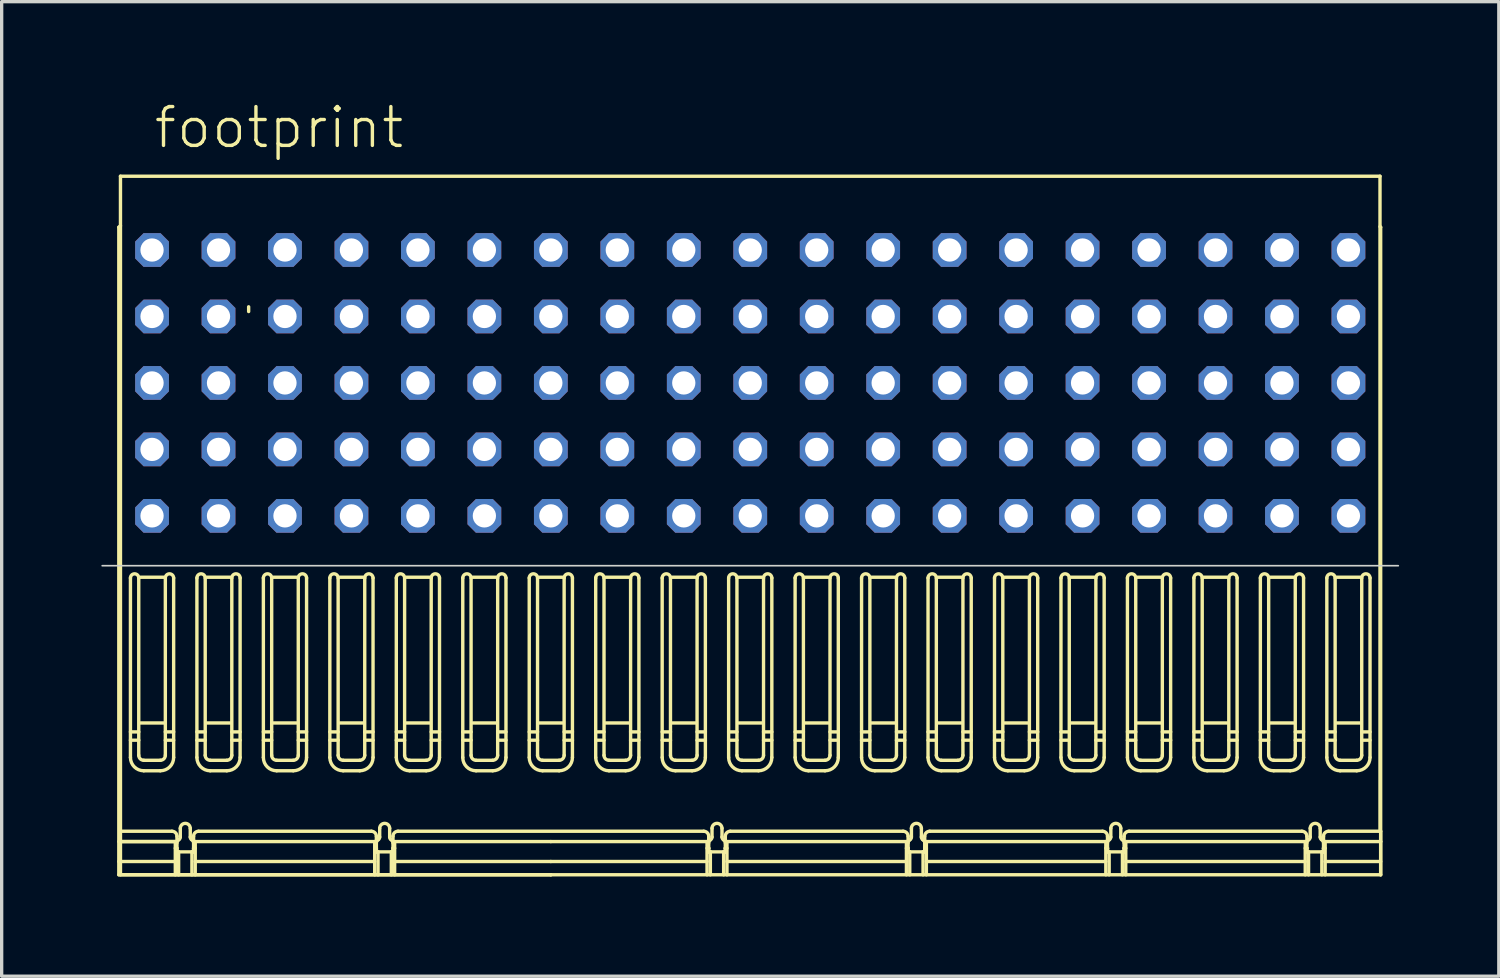
<source format=kicad_pcb>
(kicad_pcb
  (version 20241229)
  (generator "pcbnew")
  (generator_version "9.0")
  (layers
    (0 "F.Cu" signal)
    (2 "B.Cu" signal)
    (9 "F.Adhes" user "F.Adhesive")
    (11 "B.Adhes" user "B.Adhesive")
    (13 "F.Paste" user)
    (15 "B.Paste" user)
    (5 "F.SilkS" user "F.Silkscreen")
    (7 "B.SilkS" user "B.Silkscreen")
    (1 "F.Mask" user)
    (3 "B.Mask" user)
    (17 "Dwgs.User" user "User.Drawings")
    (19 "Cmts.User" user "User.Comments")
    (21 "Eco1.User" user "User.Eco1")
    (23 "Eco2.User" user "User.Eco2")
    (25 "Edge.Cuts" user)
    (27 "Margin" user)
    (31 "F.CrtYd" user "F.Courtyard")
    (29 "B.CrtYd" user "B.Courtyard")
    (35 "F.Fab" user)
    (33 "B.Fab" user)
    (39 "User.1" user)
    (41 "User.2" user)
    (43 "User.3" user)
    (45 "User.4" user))
  (footprint "footprint"
    (layer "F.Cu")
    (at 19.525 12.473)
    (property "Reference" "footprint" (at -18 -11 0) (layer "F.SilkS") (effects (font (size 1.168 1.168) (thickness 0.102)) (justify left bottom)))
    (fp_line (start -19 -8.686) (end -19 10.8) (stroke (width 0.102) (type solid)) (layer "F.SilkS"))
    (fp_line (start -19 9.8) (end -17.3 9.8) (stroke (width 0.102) (type solid)) (layer "F.SilkS"))
    (fp_line (start -19 10.4) (end -18.95 10.4) (stroke (width 0.102) (type solid)) (layer "F.SilkS"))
    (fp_line (start -19 10.8) (end -6 10.8) (stroke (width 0.102) (type solid)) (layer "F.SilkS"))
    (fp_line (start -18.95 -10.22) (end -18.95 9.49) (stroke (width 0.102) (type solid)) (layer "F.SilkS"))
    (fp_line (start -18.95 -8.728) (end -19 -8.686) (stroke (width 0.102) (type solid)) (layer "F.SilkS"))
    (fp_line (start -18.95 9.49) (end -17.4 9.49) (stroke (width 0.102) (type solid)) (layer "F.SilkS"))
    (fp_line (start -18.95 9.8) (end -17.3 9.8) (stroke (width 0.102) (type solid)) (layer "F.SilkS"))
    (fp_line (start -18.95 10.4) (end -17.3 10.4) (stroke (width 0.102) (type solid)) (layer "F.SilkS"))
    (fp_line (start -18.95 10.8) (end -18.95 9.49) (stroke (width 0.102) (type solid)) (layer "F.SilkS"))
    (fp_line (start -18.95 10.8) (end -6 10.8) (stroke (width 0.102) (type solid)) (layer "F.SilkS"))
    (fp_line (start -18.65 1.869) (end -18.65 7.269) (stroke (width 0.102) (type solid)) (layer "F.SilkS"))
    (fp_line (start -18.65 6.75) (end -18.4 6.75) (stroke (width 0.102) (type solid)) (layer "F.SilkS"))
    (fp_line (start -18.4 6.5) (end -18.65 6.5) (stroke (width 0.102) (type solid)) (layer "F.SilkS"))
    (fp_line (start -18.4 7.204) (end -18.4 1.869) (stroke (width 0.102) (type solid)) (layer "F.SilkS"))
    (fp_line (start -18.35 1.846) (end -17.65 1.846) (stroke (width 0.102) (type solid)) (layer "F.SilkS"))
    (fp_line (start -18.25 7.67) (end -17.75 7.67) (stroke (width 0.102) (type solid)) (layer "F.SilkS"))
    (fp_line (start -17.75 7.354) (end -18.25 7.354) (stroke (width 0.102) (type solid)) (layer "F.SilkS"))
    (fp_line (start -17.65 6.232) (end -18.35 6.232) (stroke (width 0.102) (type solid)) (layer "F.SilkS"))
    (fp_line (start -17.6 1.869) (end -17.6 7.204) (stroke (width 0.102) (type solid)) (layer "F.SilkS"))
    (fp_line (start -17.6 6.75) (end -17.35 6.75) (stroke (width 0.102) (type solid)) (layer "F.SilkS"))
    (fp_line (start -17.35 6.5) (end -17.6 6.5) (stroke (width 0.102) (type solid)) (layer "F.SilkS"))
    (fp_line (start -17.35 7.269) (end -17.35 1.869) (stroke (width 0.102) (type solid)) (layer "F.SilkS"))
    (fp_line (start -17.3 9.8) (end -17.3 10.8) (stroke (width 0.102) (type solid)) (layer "F.SilkS"))
    (fp_line (start -17.3 10) (end -17.25 10) (stroke (width 0.102) (type solid)) (layer "F.SilkS"))
    (fp_line (start -17.25 9.64) (end -17.25 10.11) (stroke (width 0.102) (type solid)) (layer "F.SilkS"))
    (fp_line (start -17.25 10) (end -17.25 10.11) (stroke (width 0.102) (type solid)) (layer "F.SilkS"))
    (fp_line (start -17.25 10.11) (end -17.2 10.11) (stroke (width 0.102) (type solid)) (layer "F.SilkS"))
    (fp_line (start -17.25 10.11) (end -16.75 10.11) (stroke (width 0.102) (type solid)) (layer "F.SilkS"))
    (fp_line (start -17.2 10.11) (end -17.2 10.8) (stroke (width 0.102) (type solid)) (layer "F.SilkS"))
    (fp_line (start -17.15 9.402) (end -17.15 9.664) (stroke (width 0.102) (type solid)) (layer "F.SilkS"))
    (fp_line (start -16.85 9.664) (end -16.85 9.402) (stroke (width 0.102) (type solid)) (layer "F.SilkS"))
    (fp_line (start -16.8 10.11) (end -16.8 10.8) (stroke (width 0.102) (type solid)) (layer "F.SilkS"))
    (fp_line (start -16.75 10) (end -16.75 10.11) (stroke (width 0.102) (type solid)) (layer "F.SilkS"))
    (fp_line (start -16.75 10.11) (end -16.8 10.11) (stroke (width 0.102) (type solid)) (layer "F.SilkS"))
    (fp_line (start -16.75 10.11) (end -16.75 9.64) (stroke (width 0.102) (type solid)) (layer "F.SilkS"))
    (fp_line (start -16.7 9.8) (end -16.7 10.8) (stroke (width 0.102) (type solid)) (layer "F.SilkS"))
    (fp_line (start -16.7 9.8) (end -11.3 9.8) (stroke (width 0.102) (type solid)) (layer "F.SilkS"))
    (fp_line (start -16.7 10) (end -16.75 10) (stroke (width 0.102) (type solid)) (layer "F.SilkS"))
    (fp_line (start -16.7 10.4) (end -11.3 10.4) (stroke (width 0.102) (type solid)) (layer "F.SilkS"))
    (fp_line (start -16.65 1.869) (end -16.65 7.269) (stroke (width 0.102) (type solid)) (layer "F.SilkS"))
    (fp_line (start -16.65 6.75) (end -16.4 6.75) (stroke (width 0.102) (type solid)) (layer "F.SilkS"))
    (fp_line (start -16.6 9.49) (end -11.4 9.49) (stroke (width 0.102) (type solid)) (layer "F.SilkS"))
    (fp_line (start -16.4 6.5) (end -16.65 6.5) (stroke (width 0.102) (type solid)) (layer "F.SilkS"))
    (fp_line (start -16.4 7.204) (end -16.4 1.869) (stroke (width 0.102) (type solid)) (layer "F.SilkS"))
    (fp_line (start -16.35 1.846) (end -15.65 1.846) (stroke (width 0.102) (type solid)) (layer "F.SilkS"))
    (fp_line (start -16.25 7.67) (end -15.75 7.67) (stroke (width 0.102) (type solid)) (layer "F.SilkS"))
    (fp_line (start -15.75 7.354) (end -16.25 7.354) (stroke (width 0.102) (type solid)) (layer "F.SilkS"))
    (fp_line (start -15.65 6.232) (end -16.35 6.232) (stroke (width 0.102) (type solid)) (layer "F.SilkS"))
    (fp_line (start -15.6 1.869) (end -15.6 7.204) (stroke (width 0.102) (type solid)) (layer "F.SilkS"))
    (fp_line (start -15.6 6.75) (end -15.35 6.75) (stroke (width 0.102) (type solid)) (layer "F.SilkS"))
    (fp_line (start -15.35 6.5) (end -15.6 6.5) (stroke (width 0.102) (type solid)) (layer "F.SilkS"))
    (fp_line (start -15.35 7.269) (end -15.35 1.869) (stroke (width 0.102) (type solid)) (layer "F.SilkS"))
    (fp_line (start -15.093 -6.291) (end -15.093 -6.149) (stroke (width 0.102) (type solid)) (layer "F.SilkS"))
    (fp_line (start -14.65 1.869) (end -14.65 7.269) (stroke (width 0.102) (type solid)) (layer "F.SilkS"))
    (fp_line (start -14.65 6.75) (end -14.4 6.75) (stroke (width 0.102) (type solid)) (layer "F.SilkS"))
    (fp_line (start -14.4 6.5) (end -14.65 6.5) (stroke (width 0.102) (type solid)) (layer "F.SilkS"))
    (fp_line (start -14.4 7.204) (end -14.4 1.869) (stroke (width 0.102) (type solid)) (layer "F.SilkS"))
    (fp_line (start -14.35 1.846) (end -13.65 1.846) (stroke (width 0.102) (type solid)) (layer "F.SilkS"))
    (fp_line (start -14.25 7.67) (end -13.75 7.67) (stroke (width 0.102) (type solid)) (layer "F.SilkS"))
    (fp_line (start -13.75 7.354) (end -14.25 7.354) (stroke (width 0.102) (type solid)) (layer "F.SilkS"))
    (fp_line (start -13.65 6.232) (end -14.35 6.232) (stroke (width 0.102) (type solid)) (layer "F.SilkS"))
    (fp_line (start -13.6 1.869) (end -13.6 7.204) (stroke (width 0.102) (type solid)) (layer "F.SilkS"))
    (fp_line (start -13.6 6.75) (end -13.35 6.75) (stroke (width 0.102) (type solid)) (layer "F.SilkS"))
    (fp_line (start -13.35 6.5) (end -13.6 6.5) (stroke (width 0.102) (type solid)) (layer "F.SilkS"))
    (fp_line (start -13.35 7.269) (end -13.35 1.869) (stroke (width 0.102) (type solid)) (layer "F.SilkS"))
    (fp_line (start -12.65 1.869) (end -12.65 7.269) (stroke (width 0.102) (type solid)) (layer "F.SilkS"))
    (fp_line (start -12.65 6.75) (end -12.4 6.75) (stroke (width 0.102) (type solid)) (layer "F.SilkS"))
    (fp_line (start -12.4 6.5) (end -12.65 6.5) (stroke (width 0.102) (type solid)) (layer "F.SilkS"))
    (fp_line (start -12.4 7.204) (end -12.4 1.869) (stroke (width 0.102) (type solid)) (layer "F.SilkS"))
    (fp_line (start -12.35 1.846) (end -11.65 1.846) (stroke (width 0.102) (type solid)) (layer "F.SilkS"))
    (fp_line (start -12.25 7.67) (end -11.75 7.67) (stroke (width 0.102) (type solid)) (layer "F.SilkS"))
    (fp_line (start -11.75 7.354) (end -12.25 7.354) (stroke (width 0.102) (type solid)) (layer "F.SilkS"))
    (fp_line (start -11.65 6.232) (end -12.35 6.232) (stroke (width 0.102) (type solid)) (layer "F.SilkS"))
    (fp_line (start -11.6 1.869) (end -11.6 7.204) (stroke (width 0.102) (type solid)) (layer "F.SilkS"))
    (fp_line (start -11.6 6.75) (end -11.35 6.75) (stroke (width 0.102) (type solid)) (layer "F.SilkS"))
    (fp_line (start -11.35 6.5) (end -11.6 6.5) (stroke (width 0.102) (type solid)) (layer "F.SilkS"))
    (fp_line (start -11.35 7.269) (end -11.35 1.869) (stroke (width 0.102) (type solid)) (layer "F.SilkS"))
    (fp_line (start -11.3 10) (end -11.25 10) (stroke (width 0.102) (type solid)) (layer "F.SilkS"))
    (fp_line (start -11.3 10.8) (end -11.3 9.8) (stroke (width 0.102) (type solid)) (layer "F.SilkS"))
    (fp_line (start -11.25 9.64) (end -11.25 10.11) (stroke (width 0.102) (type solid)) (layer "F.SilkS"))
    (fp_line (start -11.25 10) (end -11.25 10.11) (stroke (width 0.102) (type solid)) (layer "F.SilkS"))
    (fp_line (start -11.25 10.11) (end -11.2 10.11) (stroke (width 0.102) (type solid)) (layer "F.SilkS"))
    (fp_line (start -11.25 10.11) (end -10.75 10.11) (stroke (width 0.102) (type solid)) (layer "F.SilkS"))
    (fp_line (start -11.2 10.11) (end -11.2 10.8) (stroke (width 0.102) (type solid)) (layer "F.SilkS"))
    (fp_line (start -11.15 9.402) (end -11.15 9.664) (stroke (width 0.102) (type solid)) (layer "F.SilkS"))
    (fp_line (start -10.85 9.664) (end -10.85 9.402) (stroke (width 0.102) (type solid)) (layer "F.SilkS"))
    (fp_line (start -10.8 10.11) (end -10.8 10.8) (stroke (width 0.102) (type solid)) (layer "F.SilkS"))
    (fp_line (start -10.75 10) (end -10.75 10.11) (stroke (width 0.102) (type solid)) (layer "F.SilkS"))
    (fp_line (start -10.75 10.11) (end -10.8 10.11) (stroke (width 0.102) (type solid)) (layer "F.SilkS"))
    (fp_line (start -10.75 10.11) (end -10.75 9.64) (stroke (width 0.102) (type solid)) (layer "F.SilkS"))
    (fp_line (start -10.7 9.8) (end -6 9.8) (stroke (width 0.102) (type solid)) (layer "F.SilkS"))
    (fp_line (start -10.7 10) (end -10.75 10) (stroke (width 0.102) (type solid)) (layer "F.SilkS"))
    (fp_line (start -10.7 10.4) (end -6 10.4) (stroke (width 0.102) (type solid)) (layer "F.SilkS"))
    (fp_line (start -10.7 10.8) (end -10.7 9.8) (stroke (width 0.102) (type solid)) (layer "F.SilkS"))
    (fp_line (start -10.65 1.869) (end -10.65 7.269) (stroke (width 0.102) (type solid)) (layer "F.SilkS"))
    (fp_line (start -10.65 6.75) (end -10.4 6.75) (stroke (width 0.102) (type solid)) (layer "F.SilkS"))
    (fp_line (start -10.6 9.49) (end -1.4 9.49) (stroke (width 0.102) (type solid)) (layer "F.SilkS"))
    (fp_line (start -10.4 6.5) (end -10.65 6.5) (stroke (width 0.102) (type solid)) (layer "F.SilkS"))
    (fp_line (start -10.4 7.204) (end -10.4 1.869) (stroke (width 0.102) (type solid)) (layer "F.SilkS"))
    (fp_line (start -10.35 1.846) (end -9.65 1.846) (stroke (width 0.102) (type solid)) (layer "F.SilkS"))
    (fp_line (start -10.25 7.67) (end -9.75 7.67) (stroke (width 0.102) (type solid)) (layer "F.SilkS"))
    (fp_line (start -9.75 7.354) (end -10.25 7.354) (stroke (width 0.102) (type solid)) (layer "F.SilkS"))
    (fp_line (start -9.65 6.232) (end -10.35 6.232) (stroke (width 0.102) (type solid)) (layer "F.SilkS"))
    (fp_line (start -9.6 1.869) (end -9.6 7.204) (stroke (width 0.102) (type solid)) (layer "F.SilkS"))
    (fp_line (start -9.6 6.75) (end -9.35 6.75) (stroke (width 0.102) (type solid)) (layer "F.SilkS"))
    (fp_line (start -9.35 6.5) (end -9.6 6.5) (stroke (width 0.102) (type solid)) (layer "F.SilkS"))
    (fp_line (start -9.35 7.269) (end -9.35 1.869) (stroke (width 0.102) (type solid)) (layer "F.SilkS"))
    (fp_line (start -8.65 1.869) (end -8.65 7.269) (stroke (width 0.102) (type solid)) (layer "F.SilkS"))
    (fp_line (start -8.65 6.75) (end -8.4 6.75) (stroke (width 0.102) (type solid)) (layer "F.SilkS"))
    (fp_line (start -8.4 6.5) (end -8.65 6.5) (stroke (width 0.102) (type solid)) (layer "F.SilkS"))
    (fp_line (start -8.4 7.204) (end -8.4 1.869) (stroke (width 0.102) (type solid)) (layer "F.SilkS"))
    (fp_line (start -8.35 1.846) (end -7.65 1.846) (stroke (width 0.102) (type solid)) (layer "F.SilkS"))
    (fp_line (start -8.25 7.67) (end -7.75 7.67) (stroke (width 0.102) (type solid)) (layer "F.SilkS"))
    (fp_line (start -7.75 7.354) (end -8.25 7.354) (stroke (width 0.102) (type solid)) (layer "F.SilkS"))
    (fp_line (start -7.65 6.232) (end -8.35 6.232) (stroke (width 0.102) (type solid)) (layer "F.SilkS"))
    (fp_line (start -7.6 1.869) (end -7.6 7.204) (stroke (width 0.102) (type solid)) (layer "F.SilkS"))
    (fp_line (start -7.6 6.75) (end -7.35 6.75) (stroke (width 0.102) (type solid)) (layer "F.SilkS"))
    (fp_line (start -7.35 6.5) (end -7.6 6.5) (stroke (width 0.102) (type solid)) (layer "F.SilkS"))
    (fp_line (start -7.35 7.269) (end -7.35 1.869) (stroke (width 0.102) (type solid)) (layer "F.SilkS"))
    (fp_line (start -6.65 1.869) (end -6.65 7.269) (stroke (width 0.102) (type solid)) (layer "F.SilkS"))
    (fp_line (start -6.65 6.75) (end -6.4 6.75) (stroke (width 0.102) (type solid)) (layer "F.SilkS"))
    (fp_line (start -6.4 6.5) (end -6.65 6.5) (stroke (width 0.102) (type solid)) (layer "F.SilkS"))
    (fp_line (start -6.4 7.204) (end -6.4 1.869) (stroke (width 0.102) (type solid)) (layer "F.SilkS"))
    (fp_line (start -6.35 1.846) (end -5.65 1.846) (stroke (width 0.102) (type solid)) (layer "F.SilkS"))
    (fp_line (start -6.25 7.67) (end -5.75 7.67) (stroke (width 0.102) (type solid)) (layer "F.SilkS"))
    (fp_line (start -5.75 7.354) (end -6.25 7.354) (stroke (width 0.102) (type solid)) (layer "F.SilkS"))
    (fp_line (start -5.65 6.232) (end -6.35 6.232) (stroke (width 0.102) (type solid)) (layer "F.SilkS"))
    (fp_line (start -5.6 1.869) (end -5.6 7.204) (stroke (width 0.102) (type solid)) (layer "F.SilkS"))
    (fp_line (start -5.6 6.5) (end -5.35 6.5) (stroke (width 0.102) (type solid)) (layer "F.SilkS"))
    (fp_line (start -5.35 6.75) (end -5.6 6.75) (stroke (width 0.102) (type solid)) (layer "F.SilkS"))
    (fp_line (start -5.35 7.269) (end -5.35 1.869) (stroke (width 0.102) (type solid)) (layer "F.SilkS"))
    (fp_line (start -4.65 1.869) (end -4.65 7.269) (stroke (width 0.102) (type solid)) (layer "F.SilkS"))
    (fp_line (start -4.65 6.5) (end -4.4 6.5) (stroke (width 0.102) (type solid)) (layer "F.SilkS"))
    (fp_line (start -4.4 6.75) (end -4.65 6.75) (stroke (width 0.102) (type solid)) (layer "F.SilkS"))
    (fp_line (start -4.4 7.204) (end -4.4 1.869) (stroke (width 0.102) (type solid)) (layer "F.SilkS"))
    (fp_line (start -4.35 1.846) (end -3.65 1.846) (stroke (width 0.102) (type solid)) (layer "F.SilkS"))
    (fp_line (start -4.25 7.67) (end -3.75 7.67) (stroke (width 0.102) (type solid)) (layer "F.SilkS"))
    (fp_line (start -3.75 7.354) (end -4.25 7.354) (stroke (width 0.102) (type solid)) (layer "F.SilkS"))
    (fp_line (start -3.65 6.232) (end -4.35 6.232) (stroke (width 0.102) (type solid)) (layer "F.SilkS"))
    (fp_line (start -3.6 1.869) (end -3.6 7.204) (stroke (width 0.102) (type solid)) (layer "F.SilkS"))
    (fp_line (start -3.6 6.5) (end -3.35 6.5) (stroke (width 0.102) (type solid)) (layer "F.SilkS"))
    (fp_line (start -3.35 6.75) (end -3.6 6.75) (stroke (width 0.102) (type solid)) (layer "F.SilkS"))
    (fp_line (start -3.35 7.269) (end -3.35 1.869) (stroke (width 0.102) (type solid)) (layer "F.SilkS"))
    (fp_line (start -2.65 1.869) (end -2.65 7.269) (stroke (width 0.102) (type solid)) (layer "F.SilkS"))
    (fp_line (start -2.65 6.5) (end -2.4 6.5) (stroke (width 0.102) (type solid)) (layer "F.SilkS"))
    (fp_line (start -2.4 6.75) (end -2.65 6.75) (stroke (width 0.102) (type solid)) (layer "F.SilkS"))
    (fp_line (start -2.4 7.204) (end -2.4 1.869) (stroke (width 0.102) (type solid)) (layer "F.SilkS"))
    (fp_line (start -2.35 1.846) (end -1.65 1.846) (stroke (width 0.102) (type solid)) (layer "F.SilkS"))
    (fp_line (start -2.25 7.67) (end -1.75 7.67) (stroke (width 0.102) (type solid)) (layer "F.SilkS"))
    (fp_line (start -1.75 7.354) (end -2.25 7.354) (stroke (width 0.102) (type solid)) (layer "F.SilkS"))
    (fp_line (start -1.65 6.232) (end -2.35 6.232) (stroke (width 0.102) (type solid)) (layer "F.SilkS"))
    (fp_line (start -1.6 1.869) (end -1.6 7.204) (stroke (width 0.102) (type solid)) (layer "F.SilkS"))
    (fp_line (start -1.6 6.5) (end -1.35 6.5) (stroke (width 0.102) (type solid)) (layer "F.SilkS"))
    (fp_line (start -1.35 6.75) (end -1.6 6.75) (stroke (width 0.102) (type solid)) (layer "F.SilkS"))
    (fp_line (start -1.35 7.269) (end -1.35 1.869) (stroke (width 0.102) (type solid)) (layer "F.SilkS"))
    (fp_line (start -1.3 9.8) (end -6 9.8) (stroke (width 0.102) (type solid)) (layer "F.SilkS"))
    (fp_line (start -1.3 10) (end -1.25 10) (stroke (width 0.102) (type solid)) (layer "F.SilkS"))
    (fp_line (start -1.3 10.4) (end -6 10.4) (stroke (width 0.102) (type solid)) (layer "F.SilkS"))
    (fp_line (start -1.3 10.8) (end -1.3 9.8) (stroke (width 0.102) (type solid)) (layer "F.SilkS"))
    (fp_line (start -1.25 10) (end -1.25 10.11) (stroke (width 0.102) (type solid)) (layer "F.SilkS"))
    (fp_line (start -1.25 10.11) (end -1.2 10.11) (stroke (width 0.102) (type solid)) (layer "F.SilkS"))
    (fp_line (start -1.25 9.64) (end -1.25 10.11) (stroke (width 0.102) (type solid)) (layer "F.SilkS"))
    (fp_line (start -1.25 10) (end -1.25 10) (stroke (width 0.102) (type solid)) (layer "F.SilkS"))
    (fp_line (start -1.25 10.11) (end -0.75 10.11) (stroke (width 0.102) (type solid)) (layer "F.SilkS"))
    (fp_line (start -1.2 10.11) (end -1.2 10.8) (stroke (width 0.102) (type solid)) (layer "F.SilkS"))
    (fp_line (start -1.15 9.664) (end -1.15 9.402) (stroke (width 0.102) (type solid)) (layer "F.SilkS"))
    (fp_line (start -0.85 9.402) (end -0.85 9.664) (stroke (width 0.102) (type solid)) (layer "F.SilkS"))
    (fp_line (start -0.8 10.11) (end -0.8 10.8) (stroke (width 0.102) (type solid)) (layer "F.SilkS"))
    (fp_line (start -0.75 10) (end -0.75 10.11) (stroke (width 0.102) (type solid)) (layer "F.SilkS"))
    (fp_line (start -0.75 10.11) (end -0.8 10.11) (stroke (width 0.102) (type solid)) (layer "F.SilkS"))
    (fp_line (start -0.75 10) (end -0.75 10) (stroke (width 0.102) (type solid)) (layer "F.SilkS"))
    (fp_line (start -0.75 10.11) (end -0.75 9.64) (stroke (width 0.102) (type solid)) (layer "F.SilkS"))
    (fp_line (start -0.7 10) (end -0.75 10) (stroke (width 0.102) (type solid)) (layer "F.SilkS"))
    (fp_line (start -0.7 10.8) (end -0.7 9.8) (stroke (width 0.102) (type solid)) (layer "F.SilkS"))
    (fp_line (start -0.65 1.869) (end -0.65 7.269) (stroke (width 0.102) (type solid)) (layer "F.SilkS"))
    (fp_line (start -0.65 6.5) (end -0.4 6.5) (stroke (width 0.102) (type solid)) (layer "F.SilkS"))
    (fp_line (start -0.6 9.49) (end 4.6 9.49) (stroke (width 0.102) (type solid)) (layer "F.SilkS"))
    (fp_line (start -0.4 6.75) (end -0.65 6.75) (stroke (width 0.102) (type solid)) (layer "F.SilkS"))
    (fp_line (start -0.4 7.204) (end -0.4 1.869) (stroke (width 0.102) (type solid)) (layer "F.SilkS"))
    (fp_line (start -0.35 1.846) (end 0.35 1.846) (stroke (width 0.102) (type solid)) (layer "F.SilkS"))
    (fp_line (start -0.25 7.67) (end 0.25 7.67) (stroke (width 0.102) (type solid)) (layer "F.SilkS"))
    (fp_line (start 0.25 7.354) (end -0.25 7.354) (stroke (width 0.102) (type solid)) (layer "F.SilkS"))
    (fp_line (start 0.35 6.232) (end -0.35 6.232) (stroke (width 0.102) (type solid)) (layer "F.SilkS"))
    (fp_line (start 0.4 1.869) (end 0.4 7.204) (stroke (width 0.102) (type solid)) (layer "F.SilkS"))
    (fp_line (start 0.4 6.5) (end 0.65 6.5) (stroke (width 0.102) (type solid)) (layer "F.SilkS"))
    (fp_line (start 0.65 6.75) (end 0.4 6.75) (stroke (width 0.102) (type solid)) (layer "F.SilkS"))
    (fp_line (start 0.65 7.269) (end 0.65 1.869) (stroke (width 0.102) (type solid)) (layer "F.SilkS"))
    (fp_line (start 1.35 1.869) (end 1.35 7.269) (stroke (width 0.102) (type solid)) (layer "F.SilkS"))
    (fp_line (start 1.35 6.5) (end 1.6 6.5) (stroke (width 0.102) (type solid)) (layer "F.SilkS"))
    (fp_line (start 1.6 6.75) (end 1.35 6.75) (stroke (width 0.102) (type solid)) (layer "F.SilkS"))
    (fp_line (start 1.6 7.204) (end 1.6 1.869) (stroke (width 0.102) (type solid)) (layer "F.SilkS"))
    (fp_line (start 1.65 1.846) (end 2.35 1.846) (stroke (width 0.102) (type solid)) (layer "F.SilkS"))
    (fp_line (start 1.75 7.67) (end 2.25 7.67) (stroke (width 0.102) (type solid)) (layer "F.SilkS"))
    (fp_line (start 2.25 7.354) (end 1.75 7.354) (stroke (width 0.102) (type solid)) (layer "F.SilkS"))
    (fp_line (start 2.35 6.232) (end 1.65 6.232) (stroke (width 0.102) (type solid)) (layer "F.SilkS"))
    (fp_line (start 2.4 1.869) (end 2.4 7.204) (stroke (width 0.102) (type solid)) (layer "F.SilkS"))
    (fp_line (start 2.4 6.5) (end 2.65 6.5) (stroke (width 0.102) (type solid)) (layer "F.SilkS"))
    (fp_line (start 2.65 6.75) (end 2.4 6.75) (stroke (width 0.102) (type solid)) (layer "F.SilkS"))
    (fp_line (start 2.65 7.269) (end 2.65 1.869) (stroke (width 0.102) (type solid)) (layer "F.SilkS"))
    (fp_line (start 3.35 1.869) (end 3.35 7.269) (stroke (width 0.102) (type solid)) (layer "F.SilkS"))
    (fp_line (start 3.35 6.5) (end 3.6 6.5) (stroke (width 0.102) (type solid)) (layer "F.SilkS"))
    (fp_line (start 3.6 6.75) (end 3.35 6.75) (stroke (width 0.102) (type solid)) (layer "F.SilkS"))
    (fp_line (start 3.6 7.204) (end 3.6 1.869) (stroke (width 0.102) (type solid)) (layer "F.SilkS"))
    (fp_line (start 3.65 1.846) (end 4.35 1.846) (stroke (width 0.102) (type solid)) (layer "F.SilkS"))
    (fp_line (start 3.75 7.67) (end 4.25 7.67) (stroke (width 0.102) (type solid)) (layer "F.SilkS"))
    (fp_line (start 4.25 7.354) (end 3.75 7.354) (stroke (width 0.102) (type solid)) (layer "F.SilkS"))
    (fp_line (start 4.35 6.232) (end 3.65 6.232) (stroke (width 0.102) (type solid)) (layer "F.SilkS"))
    (fp_line (start 4.4 1.869) (end 4.4 7.204) (stroke (width 0.102) (type solid)) (layer "F.SilkS"))
    (fp_line (start 4.4 6.5) (end 4.65 6.5) (stroke (width 0.102) (type solid)) (layer "F.SilkS"))
    (fp_line (start 4.65 6.75) (end 4.4 6.75) (stroke (width 0.102) (type solid)) (layer "F.SilkS"))
    (fp_line (start 4.65 7.269) (end 4.65 1.869) (stroke (width 0.102) (type solid)) (layer "F.SilkS"))
    (fp_line (start 4.7 9.8) (end -0.7 9.8) (stroke (width 0.102) (type solid)) (layer "F.SilkS"))
    (fp_line (start 4.7 9.8) (end 4.7 10.8) (stroke (width 0.102) (type solid)) (layer "F.SilkS"))
    (fp_line (start 4.7 10) (end 4.75 10) (stroke (width 0.102) (type solid)) (layer "F.SilkS"))
    (fp_line (start 4.7 10.4) (end -0.7 10.4) (stroke (width 0.102) (type solid)) (layer "F.SilkS"))
    (fp_line (start 4.75 10) (end 4.75 10.11) (stroke (width 0.102) (type solid)) (layer "F.SilkS"))
    (fp_line (start 4.75 10.11) (end 4.8 10.11) (stroke (width 0.102) (type solid)) (layer "F.SilkS"))
    (fp_line (start 4.75 9.64) (end 4.75 10.11) (stroke (width 0.102) (type solid)) (layer "F.SilkS"))
    (fp_line (start 4.75 10) (end 4.75 10) (stroke (width 0.102) (type solid)) (layer "F.SilkS"))
    (fp_line (start 4.75 10.11) (end 5.25 10.11) (stroke (width 0.102) (type solid)) (layer "F.SilkS"))
    (fp_line (start 4.8 10.11) (end 4.8 10.8) (stroke (width 0.102) (type solid)) (layer "F.SilkS"))
    (fp_line (start 4.85 9.664) (end 4.85 9.402) (stroke (width 0.102) (type solid)) (layer "F.SilkS"))
    (fp_line (start 5.15 9.402) (end 5.15 9.664) (stroke (width 0.102) (type solid)) (layer "F.SilkS"))
    (fp_line (start 5.2 10.11) (end 5.2 10.8) (stroke (width 0.102) (type solid)) (layer "F.SilkS"))
    (fp_line (start 5.25 10) (end 5.25 10.11) (stroke (width 0.102) (type solid)) (layer "F.SilkS"))
    (fp_line (start 5.25 10.11) (end 5.2 10.11) (stroke (width 0.102) (type solid)) (layer "F.SilkS"))
    (fp_line (start 5.25 10) (end 5.25 10) (stroke (width 0.102) (type solid)) (layer "F.SilkS"))
    (fp_line (start 5.25 10.11) (end 5.25 9.64) (stroke (width 0.102) (type solid)) (layer "F.SilkS"))
    (fp_line (start 5.3 9.8) (end 5.3 10.8) (stroke (width 0.102) (type solid)) (layer "F.SilkS"))
    (fp_line (start 5.3 10) (end 5.25 10) (stroke (width 0.102) (type solid)) (layer "F.SilkS"))
    (fp_line (start 5.35 1.869) (end 5.35 7.269) (stroke (width 0.102) (type solid)) (layer "F.SilkS"))
    (fp_line (start 5.35 6.5) (end 5.6 6.5) (stroke (width 0.102) (type solid)) (layer "F.SilkS"))
    (fp_line (start 5.4 9.49) (end 10.6 9.49) (stroke (width 0.102) (type solid)) (layer "F.SilkS"))
    (fp_line (start 5.6 6.75) (end 5.35 6.75) (stroke (width 0.102) (type solid)) (layer "F.SilkS"))
    (fp_line (start 5.6 7.204) (end 5.6 1.869) (stroke (width 0.102) (type solid)) (layer "F.SilkS"))
    (fp_line (start 5.65 1.846) (end 6.35 1.846) (stroke (width 0.102) (type solid)) (layer "F.SilkS"))
    (fp_line (start 5.75 7.67) (end 6.25 7.67) (stroke (width 0.102) (type solid)) (layer "F.SilkS"))
    (fp_line (start 6.25 7.354) (end 5.75 7.354) (stroke (width 0.102) (type solid)) (layer "F.SilkS"))
    (fp_line (start 6.35 6.232) (end 5.65 6.232) (stroke (width 0.102) (type solid)) (layer "F.SilkS"))
    (fp_line (start 6.4 1.869) (end 6.4 7.204) (stroke (width 0.102) (type solid)) (layer "F.SilkS"))
    (fp_line (start 6.4 6.5) (end 6.65 6.5) (stroke (width 0.102) (type solid)) (layer "F.SilkS"))
    (fp_line (start 6.65 6.75) (end 6.4 6.75) (stroke (width 0.102) (type solid)) (layer "F.SilkS"))
    (fp_line (start 6.65 7.269) (end 6.65 1.869) (stroke (width 0.102) (type solid)) (layer "F.SilkS"))
    (fp_line (start 7.35 1.869) (end 7.35 7.269) (stroke (width 0.102) (type solid)) (layer "F.SilkS"))
    (fp_line (start 7.35 6.5) (end 7.6 6.5) (stroke (width 0.102) (type solid)) (layer "F.SilkS"))
    (fp_line (start 7.6 6.75) (end 7.35 6.75) (stroke (width 0.102) (type solid)) (layer "F.SilkS"))
    (fp_line (start 7.6 7.204) (end 7.6 1.869) (stroke (width 0.102) (type solid)) (layer "F.SilkS"))
    (fp_line (start 7.65 1.846) (end 8.35 1.846) (stroke (width 0.102) (type solid)) (layer "F.SilkS"))
    (fp_line (start 7.75 7.67) (end 8.25 7.67) (stroke (width 0.102) (type solid)) (layer "F.SilkS"))
    (fp_line (start 8.25 7.354) (end 7.75 7.354) (stroke (width 0.102) (type solid)) (layer "F.SilkS"))
    (fp_line (start 8.35 6.232) (end 7.65 6.232) (stroke (width 0.102) (type solid)) (layer "F.SilkS"))
    (fp_line (start 8.4 1.869) (end 8.4 7.204) (stroke (width 0.102) (type solid)) (layer "F.SilkS"))
    (fp_line (start 8.4 6.5) (end 8.65 6.5) (stroke (width 0.102) (type solid)) (layer "F.SilkS"))
    (fp_line (start 8.65 6.75) (end 8.4 6.75) (stroke (width 0.102) (type solid)) (layer "F.SilkS"))
    (fp_line (start 8.65 7.269) (end 8.65 1.869) (stroke (width 0.102) (type solid)) (layer "F.SilkS"))
    (fp_line (start 9.35 1.869) (end 9.35 7.269) (stroke (width 0.102) (type solid)) (layer "F.SilkS"))
    (fp_line (start 9.35 6.5) (end 9.6 6.5) (stroke (width 0.102) (type solid)) (layer "F.SilkS"))
    (fp_line (start 9.6 6.75) (end 9.35 6.75) (stroke (width 0.102) (type solid)) (layer "F.SilkS"))
    (fp_line (start 9.6 7.204) (end 9.6 1.869) (stroke (width 0.102) (type solid)) (layer "F.SilkS"))
    (fp_line (start 9.65 1.846) (end 10.35 1.846) (stroke (width 0.102) (type solid)) (layer "F.SilkS"))
    (fp_line (start 9.75 7.67) (end 10.25 7.67) (stroke (width 0.102) (type solid)) (layer "F.SilkS"))
    (fp_line (start 10.25 7.354) (end 9.75 7.354) (stroke (width 0.102) (type solid)) (layer "F.SilkS"))
    (fp_line (start 10.35 6.232) (end 9.65 6.232) (stroke (width 0.102) (type solid)) (layer "F.SilkS"))
    (fp_line (start 10.4 1.869) (end 10.4 7.204) (stroke (width 0.102) (type solid)) (layer "F.SilkS"))
    (fp_line (start 10.4 6.5) (end 10.65 6.5) (stroke (width 0.102) (type solid)) (layer "F.SilkS"))
    (fp_line (start 10.65 6.75) (end 10.4 6.75) (stroke (width 0.102) (type solid)) (layer "F.SilkS"))
    (fp_line (start 10.65 7.269) (end 10.65 1.869) (stroke (width 0.102) (type solid)) (layer "F.SilkS"))
    (fp_line (start 10.7 9.8) (end 5.3 9.8) (stroke (width 0.102) (type solid)) (layer "F.SilkS"))
    (fp_line (start 10.7 9.8) (end 10.7 10.8) (stroke (width 0.102) (type solid)) (layer "F.SilkS"))
    (fp_line (start 10.7 10) (end 10.75 10) (stroke (width 0.102) (type solid)) (layer "F.SilkS"))
    (fp_line (start 10.7 10.4) (end 5.3 10.4) (stroke (width 0.102) (type solid)) (layer "F.SilkS"))
    (fp_line (start 10.75 10) (end 10.75 10.11) (stroke (width 0.102) (type solid)) (layer "F.SilkS"))
    (fp_line (start 10.75 10.11) (end 10.8 10.11) (stroke (width 0.102) (type solid)) (layer "F.SilkS"))
    (fp_line (start 10.75 9.64) (end 10.75 10.11) (stroke (width 0.102) (type solid)) (layer "F.SilkS"))
    (fp_line (start 10.75 10) (end 10.75 10) (stroke (width 0.102) (type solid)) (layer "F.SilkS"))
    (fp_line (start 10.75 10.11) (end 11.25 10.11) (stroke (width 0.102) (type solid)) (layer "F.SilkS"))
    (fp_line (start 10.8 10.11) (end 10.8 10.8) (stroke (width 0.102) (type solid)) (layer "F.SilkS"))
    (fp_line (start 10.85 9.664) (end 10.85 9.402) (stroke (width 0.102) (type solid)) (layer "F.SilkS"))
    (fp_line (start 11.15 9.402) (end 11.15 9.664) (stroke (width 0.102) (type solid)) (layer "F.SilkS"))
    (fp_line (start 11.2 10.11) (end 11.2 10.8) (stroke (width 0.102) (type solid)) (layer "F.SilkS"))
    (fp_line (start 11.25 10) (end 11.25 10.11) (stroke (width 0.102) (type solid)) (layer "F.SilkS"))
    (fp_line (start 11.25 10.11) (end 11.2 10.11) (stroke (width 0.102) (type solid)) (layer "F.SilkS"))
    (fp_line (start 11.25 10) (end 11.25 10) (stroke (width 0.102) (type solid)) (layer "F.SilkS"))
    (fp_line (start 11.25 10.11) (end 11.25 9.64) (stroke (width 0.102) (type solid)) (layer "F.SilkS"))
    (fp_line (start 11.3 9.8) (end 11.3 10.8) (stroke (width 0.102) (type solid)) (layer "F.SilkS"))
    (fp_line (start 11.3 10) (end 11.25 10) (stroke (width 0.102) (type solid)) (layer "F.SilkS"))
    (fp_line (start 11.35 1.869) (end 11.35 7.269) (stroke (width 0.102) (type solid)) (layer "F.SilkS"))
    (fp_line (start 11.35 6.5) (end 11.6 6.5) (stroke (width 0.102) (type solid)) (layer "F.SilkS"))
    (fp_line (start 11.4 9.49) (end 16.6 9.49) (stroke (width 0.102) (type solid)) (layer "F.SilkS"))
    (fp_line (start 11.6 6.75) (end 11.35 6.75) (stroke (width 0.102) (type solid)) (layer "F.SilkS"))
    (fp_line (start 11.6 7.204) (end 11.6 1.869) (stroke (width 0.102) (type solid)) (layer "F.SilkS"))
    (fp_line (start 11.65 1.846) (end 12.35 1.846) (stroke (width 0.102) (type solid)) (layer "F.SilkS"))
    (fp_line (start 11.75 7.67) (end 12.25 7.67) (stroke (width 0.102) (type solid)) (layer "F.SilkS"))
    (fp_line (start 12.25 7.354) (end 11.75 7.354) (stroke (width 0.102) (type solid)) (layer "F.SilkS"))
    (fp_line (start 12.35 6.232) (end 11.65 6.232) (stroke (width 0.102) (type solid)) (layer "F.SilkS"))
    (fp_line (start 12.4 1.869) (end 12.4 7.204) (stroke (width 0.102) (type solid)) (layer "F.SilkS"))
    (fp_line (start 12.4 6.5) (end 12.65 6.5) (stroke (width 0.102) (type solid)) (layer "F.SilkS"))
    (fp_line (start 12.65 6.75) (end 12.4 6.75) (stroke (width 0.102) (type solid)) (layer "F.SilkS"))
    (fp_line (start 12.65 7.269) (end 12.65 1.869) (stroke (width 0.102) (type solid)) (layer "F.SilkS"))
    (fp_line (start 13.35 1.869) (end 13.35 7.269) (stroke (width 0.102) (type solid)) (layer "F.SilkS"))
    (fp_line (start 13.35 6.5) (end 13.6 6.5) (stroke (width 0.102) (type solid)) (layer "F.SilkS"))
    (fp_line (start 13.6 6.75) (end 13.35 6.75) (stroke (width 0.102) (type solid)) (layer "F.SilkS"))
    (fp_line (start 13.6 7.204) (end 13.6 1.869) (stroke (width 0.102) (type solid)) (layer "F.SilkS"))
    (fp_line (start 13.65 1.846) (end 14.35 1.846) (stroke (width 0.102) (type solid)) (layer "F.SilkS"))
    (fp_line (start 13.75 7.67) (end 14.25 7.67) (stroke (width 0.102) (type solid)) (layer "F.SilkS"))
    (fp_line (start 14.25 7.354) (end 13.75 7.354) (stroke (width 0.102) (type solid)) (layer "F.SilkS"))
    (fp_line (start 14.35 6.232) (end 13.65 6.232) (stroke (width 0.102) (type solid)) (layer "F.SilkS"))
    (fp_line (start 14.4 1.869) (end 14.4 7.204) (stroke (width 0.102) (type solid)) (layer "F.SilkS"))
    (fp_line (start 14.4 6.5) (end 14.65 6.5) (stroke (width 0.102) (type solid)) (layer "F.SilkS"))
    (fp_line (start 14.65 6.75) (end 14.4 6.75) (stroke (width 0.102) (type solid)) (layer "F.SilkS"))
    (fp_line (start 14.65 7.269) (end 14.65 1.869) (stroke (width 0.102) (type solid)) (layer "F.SilkS"))
    (fp_line (start 15.35 1.869) (end 15.35 7.269) (stroke (width 0.102) (type solid)) (layer "F.SilkS"))
    (fp_line (start 15.35 6.5) (end 15.6 6.5) (stroke (width 0.102) (type solid)) (layer "F.SilkS"))
    (fp_line (start 15.6 6.75) (end 15.35 6.75) (stroke (width 0.102) (type solid)) (layer "F.SilkS"))
    (fp_line (start 15.6 7.204) (end 15.6 1.869) (stroke (width 0.102) (type solid)) (layer "F.SilkS"))
    (fp_line (start 15.65 1.846) (end 16.35 1.846) (stroke (width 0.102) (type solid)) (layer "F.SilkS"))
    (fp_line (start 15.75 7.67) (end 16.25 7.67) (stroke (width 0.102) (type solid)) (layer "F.SilkS"))
    (fp_line (start 16.25 7.354) (end 15.75 7.354) (stroke (width 0.102) (type solid)) (layer "F.SilkS"))
    (fp_line (start 16.35 6.232) (end 15.65 6.232) (stroke (width 0.102) (type solid)) (layer "F.SilkS"))
    (fp_line (start 16.4 1.869) (end 16.4 7.204) (stroke (width 0.102) (type solid)) (layer "F.SilkS"))
    (fp_line (start 16.4 6.5) (end 16.65 6.5) (stroke (width 0.102) (type solid)) (layer "F.SilkS"))
    (fp_line (start 16.65 6.75) (end 16.4 6.75) (stroke (width 0.102) (type solid)) (layer "F.SilkS"))
    (fp_line (start 16.65 7.269) (end 16.65 1.869) (stroke (width 0.102) (type solid)) (layer "F.SilkS"))
    (fp_line (start 16.7 9.8) (end 11.3 9.8) (stroke (width 0.102) (type solid)) (layer "F.SilkS"))
    (fp_line (start 16.7 9.8) (end 16.7 10.8) (stroke (width 0.102) (type solid)) (layer "F.SilkS"))
    (fp_line (start 16.7 10) (end 16.75 10) (stroke (width 0.102) (type solid)) (layer "F.SilkS"))
    (fp_line (start 16.7 10.4) (end 11.3 10.4) (stroke (width 0.102) (type solid)) (layer "F.SilkS"))
    (fp_line (start 16.75 10) (end 16.75 10.11) (stroke (width 0.102) (type solid)) (layer "F.SilkS"))
    (fp_line (start 16.75 10.11) (end 16.8 10.11) (stroke (width 0.102) (type solid)) (layer "F.SilkS"))
    (fp_line (start 16.75 9.64) (end 16.75 10.11) (stroke (width 0.102) (type solid)) (layer "F.SilkS"))
    (fp_line (start 16.75 10) (end 16.75 10) (stroke (width 0.102) (type solid)) (layer "F.SilkS"))
    (fp_line (start 16.75 10.11) (end 17.25 10.11) (stroke (width 0.102) (type solid)) (layer "F.SilkS"))
    (fp_line (start 16.8 10.11) (end 16.8 10.8) (stroke (width 0.102) (type solid)) (layer "F.SilkS"))
    (fp_line (start 16.85 9.664) (end 16.85 9.402) (stroke (width 0.102) (type solid)) (layer "F.SilkS"))
    (fp_line (start 17.15 9.402) (end 17.15 9.664) (stroke (width 0.102) (type solid)) (layer "F.SilkS"))
    (fp_line (start 17.2 10.11) (end 17.2 10.8) (stroke (width 0.102) (type solid)) (layer "F.SilkS"))
    (fp_line (start 17.25 10) (end 17.25 10.11) (stroke (width 0.102) (type solid)) (layer "F.SilkS"))
    (fp_line (start 17.25 10.11) (end 17.2 10.11) (stroke (width 0.102) (type solid)) (layer "F.SilkS"))
    (fp_line (start 17.25 10) (end 17.25 10) (stroke (width 0.102) (type solid)) (layer "F.SilkS"))
    (fp_line (start 17.25 10.11) (end 17.25 9.64) (stroke (width 0.102) (type solid)) (layer "F.SilkS"))
    (fp_line (start 17.3 9.8) (end 17.3 10.8) (stroke (width 0.102) (type solid)) (layer "F.SilkS"))
    (fp_line (start 17.3 10) (end 17.25 10) (stroke (width 0.102) (type solid)) (layer "F.SilkS"))
    (fp_line (start 17.3 10.4) (end 18.97 10.4) (stroke (width 0.102) (type solid)) (layer "F.SilkS"))
    (fp_line (start 17.35 1.869) (end 17.35 7.269) (stroke (width 0.102) (type solid)) (layer "F.SilkS"))
    (fp_line (start 17.35 6.5) (end 17.6 6.5) (stroke (width 0.102) (type solid)) (layer "F.SilkS"))
    (fp_line (start 17.4 9.49) (end 18.95 9.49) (stroke (width 0.102) (type solid)) (layer "F.SilkS"))
    (fp_line (start 17.6 6.75) (end 17.35 6.75) (stroke (width 0.102) (type solid)) (layer "F.SilkS"))
    (fp_line (start 17.6 7.204) (end 17.6 1.869) (stroke (width 0.102) (type solid)) (layer "F.SilkS"))
    (fp_line (start 17.65 1.846) (end 18.35 1.846) (stroke (width 0.102) (type solid)) (layer "F.SilkS"))
    (fp_line (start 17.75 7.67) (end 18.25 7.67) (stroke (width 0.102) (type solid)) (layer "F.SilkS"))
    (fp_line (start 18.25 7.354) (end 17.75 7.354) (stroke (width 0.102) (type solid)) (layer "F.SilkS"))
    (fp_line (start 18.35 6.232) (end 17.65 6.232) (stroke (width 0.102) (type solid)) (layer "F.SilkS"))
    (fp_line (start 18.4 1.869) (end 18.4 7.204) (stroke (width 0.102) (type solid)) (layer "F.SilkS"))
    (fp_line (start 18.4 6.5) (end 18.65 6.5) (stroke (width 0.102) (type solid)) (layer "F.SilkS"))
    (fp_line (start 18.65 6.75) (end 18.4 6.75) (stroke (width 0.102) (type solid)) (layer "F.SilkS"))
    (fp_line (start 18.65 7.269) (end 18.65 1.869) (stroke (width 0.102) (type solid)) (layer "F.SilkS"))
    (fp_line (start 18.95 -10.22) (end -18.95 -10.22) (stroke (width 0.102) (type solid)) (layer "F.SilkS"))
    (fp_line (start 18.95 9.49) (end 18.95 -10.22) (stroke (width 0.102) (type solid)) (layer "F.SilkS"))
    (fp_line (start 18.97 -8.686) (end 18.95 -8.704) (stroke (width 0.102) (type solid)) (layer "F.SilkS"))
    (fp_line (start 18.97 9.49) (end 18.95 9.49) (stroke (width 0.102) (type solid)) (layer "F.SilkS"))
    (fp_line (start 18.97 9.8) (end 17.3 9.8) (stroke (width 0.102) (type solid)) (layer "F.SilkS"))
    (fp_line (start 18.97 9.8) (end 18.97 9.49) (stroke (width 0.102) (type solid)) (layer "F.SilkS"))
    (fp_line (start 18.97 9.8) (end 18.97 10.8) (stroke (width 0.102) (type solid)) (layer "F.SilkS"))
    (fp_line (start 18.97 10.8) (end -6 10.8) (stroke (width 0.102) (type solid)) (layer "F.SilkS"))
    (fp_line (start 18.97 10.8) (end 18.97 -8.686) (stroke (width 0.102) (type solid)) (layer "F.SilkS"))
    (fp_arc (start -18.65 1.8687) (mid -18.525 1.7437) (end -18.4 1.8687) (stroke (width 0.1016) (type solid)) (layer "F.SilkS"))
    (fp_arc (start -18.25 7.3537) (mid -18.356066 7.309766) (end -18.4 7.2037) (stroke (width 0.1016) (type solid)) (layer "F.SilkS"))
    (fp_arc (start -18.25 7.6695) (mid -18.532843 7.552343) (end -18.65 7.2695) (stroke (width 0.1016) (type solid)) (layer "F.SilkS"))
    (fp_arc (start -17.6 1.8687) (mid -17.475 1.7437) (end -17.35 1.8687) (stroke (width 0.1016) (type solid)) (layer "F.SilkS"))
    (fp_arc (start -17.6 7.2037) (mid -17.643934 7.309766) (end -17.75 7.3537) (stroke (width 0.1016) (type solid)) (layer "F.SilkS"))
    (fp_arc (start -17.4 9.49) (mid -17.293934 9.533934) (end -17.25 9.64) (stroke (width 0.1016) (type solid)) (layer "F.SilkS"))
    (fp_arc (start -17.35 7.2695) (mid -17.467157 7.552343) (end -17.75 7.6695) (stroke (width 0.1016) (type solid)) (layer "F.SilkS"))
    (fp_arc (start -17.249999 9.837501) (mid -17.236602 9.787502) (end -17.2 9.7509) (stroke (width 0.1016) (type solid)) (layer "F.SilkS"))
    (fp_arc (start -17.15 9.4022) (mid -17 9.2522) (end -16.85 9.4022) (stroke (width 0.1016) (type solid)) (layer "F.SilkS"))
    (fp_arc (start -17.15 9.6643) (mid -17.163398 9.714298) (end -17.2 9.7509) (stroke (width 0.1016) (type solid)) (layer "F.SilkS"))
    (fp_arc (start -16.8 9.7509) (mid -16.763398 9.787501) (end -16.75 9.8375) (stroke (width 0.1016) (type solid)) (layer "F.SilkS"))
    (fp_arc (start -16.799999 9.750901) (mid -16.836602 9.714299) (end -16.85 9.6643) (stroke (width 0.1016) (type solid)) (layer "F.SilkS"))
    (fp_arc (start -16.75 9.64) (mid -16.706066 9.533934) (end -16.6 9.49) (stroke (width 0.1016) (type solid)) (layer "F.SilkS"))
    (fp_arc (start -16.65 1.8687) (mid -16.525 1.7437) (end -16.4 1.8687) (stroke (width 0.1016) (type solid)) (layer "F.SilkS"))
    (fp_arc (start -16.25 7.3537) (mid -16.356066 7.309766) (end -16.4 7.2037) (stroke (width 0.1016) (type solid)) (layer "F.SilkS"))
    (fp_arc (start -16.25 7.6695) (mid -16.532843 7.552343) (end -16.65 7.2695) (stroke (width 0.1016) (type solid)) (layer "F.SilkS"))
    (fp_arc (start -15.6 1.8687) (mid -15.475 1.7437) (end -15.35 1.8687) (stroke (width 0.1016) (type solid)) (layer "F.SilkS"))
    (fp_arc (start -15.6 7.2037) (mid -15.643934 7.309766) (end -15.75 7.3537) (stroke (width 0.1016) (type solid)) (layer "F.SilkS"))
    (fp_arc (start -15.35 7.2695) (mid -15.467157 7.552343) (end -15.75 7.6695) (stroke (width 0.1016) (type solid)) (layer "F.SilkS"))
    (fp_arc (start -14.65 1.8687) (mid -14.525 1.7437) (end -14.4 1.8687) (stroke (width 0.1016) (type solid)) (layer "F.SilkS"))
    (fp_arc (start -14.25 7.3537) (mid -14.356066 7.309766) (end -14.4 7.2037) (stroke (width 0.1016) (type solid)) (layer "F.SilkS"))
    (fp_arc (start -14.25 7.6695) (mid -14.532843 7.552343) (end -14.65 7.2695) (stroke (width 0.1016) (type solid)) (layer "F.SilkS"))
    (fp_arc (start -13.6 1.8687) (mid -13.475 1.7437) (end -13.35 1.8687) (stroke (width 0.1016) (type solid)) (layer "F.SilkS"))
    (fp_arc (start -13.6 7.2037) (mid -13.643934 7.309766) (end -13.75 7.3537) (stroke (width 0.1016) (type solid)) (layer "F.SilkS"))
    (fp_arc (start -13.35 7.2695) (mid -13.467157 7.552343) (end -13.75 7.6695) (stroke (width 0.1016) (type solid)) (layer "F.SilkS"))
    (fp_arc (start -12.65 1.8687) (mid -12.525 1.7437) (end -12.4 1.8687) (stroke (width 0.1016) (type solid)) (layer "F.SilkS"))
    (fp_arc (start -12.25 7.3537) (mid -12.356066 7.309766) (end -12.4 7.2037) (stroke (width 0.1016) (type solid)) (layer "F.SilkS"))
    (fp_arc (start -12.25 7.6695) (mid -12.532843 7.552343) (end -12.65 7.2695) (stroke (width 0.1016) (type solid)) (layer "F.SilkS"))
    (fp_arc (start -11.6 1.8687) (mid -11.475 1.7437) (end -11.35 1.8687) (stroke (width 0.1016) (type solid)) (layer "F.SilkS"))
    (fp_arc (start -11.6 7.2037) (mid -11.643934 7.309766) (end -11.75 7.3537) (stroke (width 0.1016) (type solid)) (layer "F.SilkS"))
    (fp_arc (start -11.4 9.49) (mid -11.293934 9.533934) (end -11.25 9.64) (stroke (width 0.1016) (type solid)) (layer "F.SilkS"))
    (fp_arc (start -11.35 7.2695) (mid -11.467157 7.552343) (end -11.75 7.6695) (stroke (width 0.1016) (type solid)) (layer "F.SilkS"))
    (fp_arc (start -11.249999 9.837501) (mid -11.236602 9.787502) (end -11.2 9.7509) (stroke (width 0.1016) (type solid)) (layer "F.SilkS"))
    (fp_arc (start -11.15 9.4022) (mid -11 9.2522) (end -10.85 9.4022) (stroke (width 0.1016) (type solid)) (layer "F.SilkS"))
    (fp_arc (start -11.15 9.6643) (mid -11.163398 9.714298) (end -11.2 9.7509) (stroke (width 0.1016) (type solid)) (layer "F.SilkS"))
    (fp_arc (start -10.8 9.7509) (mid -10.763398 9.787501) (end -10.75 9.8375) (stroke (width 0.1016) (type solid)) (layer "F.SilkS"))
    (fp_arc (start -10.799999 9.750901) (mid -10.836602 9.714299) (end -10.85 9.6643) (stroke (width 0.1016) (type solid)) (layer "F.SilkS"))
    (fp_arc (start -10.75 9.64) (mid -10.706066 9.533934) (end -10.6 9.49) (stroke (width 0.1016) (type solid)) (layer "F.SilkS"))
    (fp_arc (start -10.65 1.8687) (mid -10.525 1.7437) (end -10.4 1.8687) (stroke (width 0.1016) (type solid)) (layer "F.SilkS"))
    (fp_arc (start -10.25 7.3537) (mid -10.356066 7.309766) (end -10.4 7.2037) (stroke (width 0.1016) (type solid)) (layer "F.SilkS"))
    (fp_arc (start -10.25 7.6695) (mid -10.532843 7.552343) (end -10.65 7.2695) (stroke (width 0.1016) (type solid)) (layer "F.SilkS"))
    (fp_arc (start -9.6 1.8687) (mid -9.475 1.7437) (end -9.35 1.8687) (stroke (width 0.1016) (type solid)) (layer "F.SilkS"))
    (fp_arc (start -9.6 7.2037) (mid -9.643934 7.309766) (end -9.75 7.3537) (stroke (width 0.1016) (type solid)) (layer "F.SilkS"))
    (fp_arc (start -9.35 7.2695) (mid -9.467157 7.552343) (end -9.75 7.6695) (stroke (width 0.1016) (type solid)) (layer "F.SilkS"))
    (fp_arc (start -8.65 1.8687) (mid -8.525 1.7437) (end -8.4 1.8687) (stroke (width 0.1016) (type solid)) (layer "F.SilkS"))
    (fp_arc (start -8.25 7.3537) (mid -8.356066 7.309766) (end -8.4 7.2037) (stroke (width 0.1016) (type solid)) (layer "F.SilkS"))
    (fp_arc (start -8.25 7.6695) (mid -8.532843 7.552343) (end -8.65 7.2695) (stroke (width 0.1016) (type solid)) (layer "F.SilkS"))
    (fp_arc (start -7.6 1.8687) (mid -7.475 1.7437) (end -7.35 1.8687) (stroke (width 0.1016) (type solid)) (layer "F.SilkS"))
    (fp_arc (start -7.6 7.2037) (mid -7.643934 7.309766) (end -7.75 7.3537) (stroke (width 0.1016) (type solid)) (layer "F.SilkS"))
    (fp_arc (start -7.35 7.2695) (mid -7.467157 7.552343) (end -7.75 7.6695) (stroke (width 0.1016) (type solid)) (layer "F.SilkS"))
    (fp_arc (start -6.65 1.8687) (mid -6.525 1.7437) (end -6.4 1.8687) (stroke (width 0.1016) (type solid)) (layer "F.SilkS"))
    (fp_arc (start -6.25 7.3537) (mid -6.356066 7.309766) (end -6.4 7.2037) (stroke (width 0.1016) (type solid)) (layer "F.SilkS"))
    (fp_arc (start -6.25 7.6695) (mid -6.532843 7.552343) (end -6.65 7.2695) (stroke (width 0.1016) (type solid)) (layer "F.SilkS"))
    (fp_arc (start -5.6 1.8687) (mid -5.475 1.7437) (end -5.35 1.8687) (stroke (width 0.1016) (type solid)) (layer "F.SilkS"))
    (fp_arc (start -5.6 7.2037) (mid -5.643934 7.309766) (end -5.75 7.3537) (stroke (width 0.1016) (type solid)) (layer "F.SilkS"))
    (fp_arc (start -5.35 7.2695) (mid -5.467157 7.552343) (end -5.75 7.6695) (stroke (width 0.1016) (type solid)) (layer "F.SilkS"))
    (fp_arc (start -4.65 1.8687) (mid -4.525 1.7437) (end -4.4 1.8687) (stroke (width 0.1016) (type solid)) (layer "F.SilkS"))
    (fp_arc (start -4.25 7.3537) (mid -4.356066 7.309766) (end -4.4 7.2037) (stroke (width 0.1016) (type solid)) (layer "F.SilkS"))
    (fp_arc (start -4.25 7.6695) (mid -4.532843 7.552343) (end -4.65 7.2695) (stroke (width 0.1016) (type solid)) (layer "F.SilkS"))
    (fp_arc (start -3.6 1.8687) (mid -3.475 1.7437) (end -3.35 1.8687) (stroke (width 0.1016) (type solid)) (layer "F.SilkS"))
    (fp_arc (start -3.6 7.2037) (mid -3.643934 7.309766) (end -3.75 7.3537) (stroke (width 0.1016) (type solid)) (layer "F.SilkS"))
    (fp_arc (start -3.35 7.2695) (mid -3.467157 7.552343) (end -3.75 7.6695) (stroke (width 0.1016) (type solid)) (layer "F.SilkS"))
    (fp_arc (start -2.65 1.8687) (mid -2.525 1.7437) (end -2.4 1.8687) (stroke (width 0.1016) (type solid)) (layer "F.SilkS"))
    (fp_arc (start -2.25 7.3537) (mid -2.356066 7.309766) (end -2.4 7.2037) (stroke (width 0.1016) (type solid)) (layer "F.SilkS"))
    (fp_arc (start -2.25 7.6695) (mid -2.532843 7.552343) (end -2.65 7.2695) (stroke (width 0.1016) (type solid)) (layer "F.SilkS"))
    (fp_arc (start -1.6 1.8687) (mid -1.475 1.7437) (end -1.35 1.8687) (stroke (width 0.1016) (type solid)) (layer "F.SilkS"))
    (fp_arc (start -1.6 7.2037) (mid -1.643934 7.309766) (end -1.75 7.3537) (stroke (width 0.1016) (type solid)) (layer "F.SilkS"))
    (fp_arc (start -1.4 9.49) (mid -1.293934 9.533934) (end -1.25 9.64) (stroke (width 0.1016) (type solid)) (layer "F.SilkS"))
    (fp_arc (start -1.35 7.2695) (mid -1.467157 7.552343) (end -1.75 7.6695) (stroke (width 0.1016) (type solid)) (layer "F.SilkS"))
    (fp_arc (start -1.249999 9.837501) (mid -1.236602 9.787502) (end -1.2 9.7509) (stroke (width 0.1016) (type solid)) (layer "F.SilkS"))
    (fp_arc (start -1.15 9.4022) (mid -1 9.2522) (end -0.85 9.4022) (stroke (width 0.1016) (type solid)) (layer "F.SilkS"))
    (fp_arc (start -1.15 9.6643) (mid -1.163398 9.714298) (end -1.2 9.7509) (stroke (width 0.1016) (type solid)) (layer "F.SilkS"))
    (fp_arc (start -0.8 9.7509) (mid -0.763398 9.787501) (end -0.75 9.8375) (stroke (width 0.1016) (type solid)) (layer "F.SilkS"))
    (fp_arc (start -0.799999 9.750901) (mid -0.836602 9.714299) (end -0.85 9.6643) (stroke (width 0.1016) (type solid)) (layer "F.SilkS"))
    (fp_arc (start -0.75 9.64) (mid -0.706066 9.533934) (end -0.6 9.49) (stroke (width 0.1016) (type solid)) (layer "F.SilkS"))
    (fp_arc (start -0.65 1.8687) (mid -0.525 1.7437) (end -0.4 1.8687) (stroke (width 0.1016) (type solid)) (layer "F.SilkS"))
    (fp_arc (start -0.25 7.3537) (mid -0.356066 7.309766) (end -0.4 7.2037) (stroke (width 0.1016) (type solid)) (layer "F.SilkS"))
    (fp_arc (start -0.249999 7.669501) (mid -0.532842 7.552343) (end -0.65 7.2695) (stroke (width 0.1016) (type solid)) (layer "F.SilkS"))
    (fp_arc (start 0.4 1.8687) (mid 0.525 1.7437) (end 0.65 1.8687) (stroke (width 0.1016) (type solid)) (layer "F.SilkS"))
    (fp_arc (start 0.4 7.2037) (mid 0.356066 7.309766) (end 0.25 7.3537) (stroke (width 0.1016) (type solid)) (layer "F.SilkS"))
    (fp_arc (start 0.649999 7.269499) (mid 0.532842 7.552342) (end 0.25 7.6695) (stroke (width 0.1016) (type solid)) (layer "F.SilkS"))
    (fp_arc (start 1.35 1.8687) (mid 1.475 1.7437) (end 1.6 1.8687) (stroke (width 0.1016) (type solid)) (layer "F.SilkS"))
    (fp_arc (start 1.75 7.3537) (mid 1.643934 7.309766) (end 1.6 7.2037) (stroke (width 0.1016) (type solid)) (layer "F.SilkS"))
    (fp_arc (start 1.75 7.6695) (mid 1.467157 7.552343) (end 1.35 7.2695) (stroke (width 0.1016) (type solid)) (layer "F.SilkS"))
    (fp_arc (start 2.4 1.8687) (mid 2.525 1.7437) (end 2.65 1.8687) (stroke (width 0.1016) (type solid)) (layer "F.SilkS"))
    (fp_arc (start 2.4 7.2037) (mid 2.356066 7.309766) (end 2.25 7.3537) (stroke (width 0.1016) (type solid)) (layer "F.SilkS"))
    (fp_arc (start 2.65 7.2695) (mid 2.532843 7.552343) (end 2.25 7.6695) (stroke (width 0.1016) (type solid)) (layer "F.SilkS"))
    (fp_arc (start 3.35 1.8687) (mid 3.475 1.7437) (end 3.6 1.8687) (stroke (width 0.1016) (type solid)) (layer "F.SilkS"))
    (fp_arc (start 3.75 7.3537) (mid 3.643934 7.309766) (end 3.6 7.2037) (stroke (width 0.1016) (type solid)) (layer "F.SilkS"))
    (fp_arc (start 3.75 7.6695) (mid 3.467157 7.552343) (end 3.35 7.2695) (stroke (width 0.1016) (type solid)) (layer "F.SilkS"))
    (fp_arc (start 4.4 1.8687) (mid 4.525 1.7437) (end 4.65 1.8687) (stroke (width 0.1016) (type solid)) (layer "F.SilkS"))
    (fp_arc (start 4.4 7.2037) (mid 4.356066 7.309766) (end 4.25 7.3537) (stroke (width 0.1016) (type solid)) (layer "F.SilkS"))
    (fp_arc (start 4.6 9.49) (mid 4.706066 9.533934) (end 4.75 9.64) (stroke (width 0.1016) (type solid)) (layer "F.SilkS"))
    (fp_arc (start 4.65 7.2695) (mid 4.532843 7.552343) (end 4.25 7.6695) (stroke (width 0.1016) (type solid)) (layer "F.SilkS"))
    (fp_arc (start 4.75 9.8375) (mid 4.763398 9.787501) (end 4.8 9.7509) (stroke (width 0.1016) (type solid)) (layer "F.SilkS"))
    (fp_arc (start 4.85 9.4022) (mid 5 9.2522) (end 5.15 9.4022) (stroke (width 0.1016) (type solid)) (layer "F.SilkS"))
    (fp_arc (start 4.85 9.664299) (mid 4.836602 9.714298) (end 4.8 9.7509) (stroke (width 0.1016) (type solid)) (layer "F.SilkS"))
    (fp_arc (start 5.2 9.750899) (mid 5.236602 9.787501) (end 5.25 9.8375) (stroke (width 0.1016) (type solid)) (layer "F.SilkS"))
    (fp_arc (start 5.2 9.7509) (mid 5.163398 9.714299) (end 5.15 9.6643) (stroke (width 0.1016) (type solid)) (layer "F.SilkS"))
    (fp_arc (start 5.25 9.64) (mid 5.293934 9.533934) (end 5.4 9.49) (stroke (width 0.1016) (type solid)) (layer "F.SilkS"))
    (fp_arc (start 5.35 1.8687) (mid 5.475 1.7437) (end 5.6 1.8687) (stroke (width 0.1016) (type solid)) (layer "F.SilkS"))
    (fp_arc (start 5.75 7.3537) (mid 5.643934 7.309766) (end 5.6 7.2037) (stroke (width 0.1016) (type solid)) (layer "F.SilkS"))
    (fp_arc (start 5.75 7.6695) (mid 5.467157 7.552343) (end 5.35 7.2695) (stroke (width 0.1016) (type solid)) (layer "F.SilkS"))
    (fp_arc (start 6.4 1.8687) (mid 6.525 1.7437) (end 6.65 1.8687) (stroke (width 0.1016) (type solid)) (layer "F.SilkS"))
    (fp_arc (start 6.4 7.2037) (mid 6.356066 7.309766) (end 6.25 7.3537) (stroke (width 0.1016) (type solid)) (layer "F.SilkS"))
    (fp_arc (start 6.65 7.2695) (mid 6.532843 7.552343) (end 6.25 7.6695) (stroke (width 0.1016) (type solid)) (layer "F.SilkS"))
    (fp_arc (start 7.35 1.8687) (mid 7.475 1.7437) (end 7.6 1.8687) (stroke (width 0.1016) (type solid)) (layer "F.SilkS"))
    (fp_arc (start 7.75 7.3537) (mid 7.643934 7.309766) (end 7.6 7.2037) (stroke (width 0.1016) (type solid)) (layer "F.SilkS"))
    (fp_arc (start 7.75 7.6695) (mid 7.467157 7.552343) (end 7.35 7.2695) (stroke (width 0.1016) (type solid)) (layer "F.SilkS"))
    (fp_arc (start 8.4 1.8687) (mid 8.525 1.7437) (end 8.65 1.8687) (stroke (width 0.1016) (type solid)) (layer "F.SilkS"))
    (fp_arc (start 8.4 7.2037) (mid 8.356066 7.309766) (end 8.25 7.3537) (stroke (width 0.1016) (type solid)) (layer "F.SilkS"))
    (fp_arc (start 8.65 7.2695) (mid 8.532843 7.552343) (end 8.25 7.6695) (stroke (width 0.1016) (type solid)) (layer "F.SilkS"))
    (fp_arc (start 9.35 1.8687) (mid 9.475 1.7437) (end 9.6 1.8687) (stroke (width 0.1016) (type solid)) (layer "F.SilkS"))
    (fp_arc (start 9.75 7.3537) (mid 9.643934 7.309766) (end 9.6 7.2037) (stroke (width 0.1016) (type solid)) (layer "F.SilkS"))
    (fp_arc (start 9.75 7.6695) (mid 9.467157 7.552343) (end 9.35 7.2695) (stroke (width 0.1016) (type solid)) (layer "F.SilkS"))
    (fp_arc (start 10.4 1.8687) (mid 10.525 1.7437) (end 10.65 1.8687) (stroke (width 0.1016) (type solid)) (layer "F.SilkS"))
    (fp_arc (start 10.4 7.2037) (mid 10.356066 7.309766) (end 10.25 7.3537) (stroke (width 0.1016) (type solid)) (layer "F.SilkS"))
    (fp_arc (start 10.6 9.49) (mid 10.706066 9.533934) (end 10.75 9.64) (stroke (width 0.1016) (type solid)) (layer "F.SilkS"))
    (fp_arc (start 10.65 7.2695) (mid 10.532843 7.552343) (end 10.25 7.6695) (stroke (width 0.1016) (type solid)) (layer "F.SilkS"))
    (fp_arc (start 10.75 9.8375) (mid 10.763398 9.787501) (end 10.8 9.7509) (stroke (width 0.1016) (type solid)) (layer "F.SilkS"))
    (fp_arc (start 10.85 9.4022) (mid 11 9.2522) (end 11.15 9.4022) (stroke (width 0.1016) (type solid)) (layer "F.SilkS"))
    (fp_arc (start 10.85 9.664299) (mid 10.836602 9.714298) (end 10.8 9.7509) (stroke (width 0.1016) (type solid)) (layer "F.SilkS"))
    (fp_arc (start 11.2 9.750899) (mid 11.236602 9.787501) (end 11.25 9.8375) (stroke (width 0.1016) (type solid)) (layer "F.SilkS"))
    (fp_arc (start 11.2 9.7509) (mid 11.163398 9.714299) (end 11.15 9.6643) (stroke (width 0.1016) (type solid)) (layer "F.SilkS"))
    (fp_arc (start 11.25 9.64) (mid 11.293934 9.533934) (end 11.4 9.49) (stroke (width 0.1016) (type solid)) (layer "F.SilkS"))
    (fp_arc (start 11.35 1.8687) (mid 11.475 1.7437) (end 11.6 1.8687) (stroke (width 0.1016) (type solid)) (layer "F.SilkS"))
    (fp_arc (start 11.75 7.3537) (mid 11.643934 7.309766) (end 11.6 7.2037) (stroke (width 0.1016) (type solid)) (layer "F.SilkS"))
    (fp_arc (start 11.75 7.6695) (mid 11.467157 7.552343) (end 11.35 7.2695) (stroke (width 0.1016) (type solid)) (layer "F.SilkS"))
    (fp_arc (start 12.4 1.8687) (mid 12.525 1.7437) (end 12.65 1.8687) (stroke (width 0.1016) (type solid)) (layer "F.SilkS"))
    (fp_arc (start 12.4 7.2037) (mid 12.356066 7.309766) (end 12.25 7.3537) (stroke (width 0.1016) (type solid)) (layer "F.SilkS"))
    (fp_arc (start 12.65 7.2695) (mid 12.532843 7.552343) (end 12.25 7.6695) (stroke (width 0.1016) (type solid)) (layer "F.SilkS"))
    (fp_arc (start 13.35 1.8687) (mid 13.475 1.7437) (end 13.6 1.8687) (stroke (width 0.1016) (type solid)) (layer "F.SilkS"))
    (fp_arc (start 13.75 7.3537) (mid 13.643934 7.309766) (end 13.6 7.2037) (stroke (width 0.1016) (type solid)) (layer "F.SilkS"))
    (fp_arc (start 13.75 7.6695) (mid 13.467157 7.552343) (end 13.35 7.2695) (stroke (width 0.1016) (type solid)) (layer "F.SilkS"))
    (fp_arc (start 14.4 1.8687) (mid 14.525 1.7437) (end 14.65 1.8687) (stroke (width 0.1016) (type solid)) (layer "F.SilkS"))
    (fp_arc (start 14.4 7.2037) (mid 14.356066 7.309766) (end 14.25 7.3537) (stroke (width 0.1016) (type solid)) (layer "F.SilkS"))
    (fp_arc (start 14.65 7.2695) (mid 14.532843 7.552343) (end 14.25 7.6695) (stroke (width 0.1016) (type solid)) (layer "F.SilkS"))
    (fp_arc (start 15.35 1.8687) (mid 15.475 1.7437) (end 15.6 1.8687) (stroke (width 0.1016) (type solid)) (layer "F.SilkS"))
    (fp_arc (start 15.75 7.3537) (mid 15.643934 7.309766) (end 15.6 7.2037) (stroke (width 0.1016) (type solid)) (layer "F.SilkS"))
    (fp_arc (start 15.75 7.6695) (mid 15.467157 7.552343) (end 15.35 7.2695) (stroke (width 0.1016) (type solid)) (layer "F.SilkS"))
    (fp_arc (start 16.4 1.8687) (mid 16.525 1.7437) (end 16.65 1.8687) (stroke (width 0.1016) (type solid)) (layer "F.SilkS"))
    (fp_arc (start 16.4 7.2037) (mid 16.356066 7.309766) (end 16.25 7.3537) (stroke (width 0.1016) (type solid)) (layer "F.SilkS"))
    (fp_arc (start 16.6 9.49) (mid 16.706066 9.533934) (end 16.75 9.64) (stroke (width 0.1016) (type solid)) (layer "F.SilkS"))
    (fp_arc (start 16.65 7.2695) (mid 16.532843 7.552343) (end 16.25 7.6695) (stroke (width 0.1016) (type solid)) (layer "F.SilkS"))
    (fp_arc (start 16.75 9.8375) (mid 16.763398 9.787501) (end 16.8 9.7509) (stroke (width 0.1016) (type solid)) (layer "F.SilkS"))
    (fp_arc (start 16.85 9.4022) (mid 17 9.2522) (end 17.15 9.4022) (stroke (width 0.1016) (type solid)) (layer "F.SilkS"))
    (fp_arc (start 16.85 9.664299) (mid 16.836602 9.714298) (end 16.8 9.7509) (stroke (width 0.1016) (type solid)) (layer "F.SilkS"))
    (fp_arc (start 17.2 9.750899) (mid 17.236602 9.787501) (end 17.25 9.8375) (stroke (width 0.1016) (type solid)) (layer "F.SilkS"))
    (fp_arc (start 17.2 9.7509) (mid 17.163398 9.714299) (end 17.15 9.6643) (stroke (width 0.1016) (type solid)) (layer "F.SilkS"))
    (fp_arc (start 17.2499 9.64) (mid 17.293869 9.533899) (end 17.4 9.49) (stroke (width 0.1016) (type solid)) (layer "F.SilkS"))
    (fp_arc (start 17.35 1.8687) (mid 17.475 1.7437) (end 17.6 1.8687) (stroke (width 0.1016) (type solid)) (layer "F.SilkS"))
    (fp_arc (start 17.75 7.3537) (mid 17.643934 7.309766) (end 17.6 7.2037) (stroke (width 0.1016) (type solid)) (layer "F.SilkS"))
    (fp_arc (start 17.75 7.6695) (mid 17.467157 7.552343) (end 17.35 7.2695) (stroke (width 0.1016) (type solid)) (layer "F.SilkS"))
    (fp_arc (start 18.4 1.8687) (mid 18.525 1.7437) (end 18.65 1.8687) (stroke (width 0.1016) (type solid)) (layer "F.SilkS"))
    (fp_arc (start 18.4 7.2037) (mid 18.356066 7.309766) (end 18.25 7.3537) (stroke (width 0.1016) (type solid)) (layer "F.SilkS"))
    (fp_arc (start 18.65 7.2695) (mid 18.532843 7.552343) (end 18.25 7.6695) (stroke (width 0.1016) (type solid)) (layer "F.SilkS"))
    (fp_line (start -19.5 1.5) (end 19.5 1.5) (stroke (width 0.05) (type solid)) (layer "Edge.Cuts"))
    (pad "A1" thru_hole roundrect (at 18 0) (size 1.016 1.016) (drill 0.7) (layers "*.Cu" "*.Mask") (roundrect_rratio 0.25) (chamfer_ratio 0.25) (chamfer top_left top_right bottom_left bottom_right))
    (pad "A2" thru_hole roundrect (at 16 0) (size 1.016 1.016) (drill 0.7) (layers "*.Cu" "*.Mask") (roundrect_rratio 0.25) (chamfer_ratio 0.25) (chamfer top_left top_right bottom_left bottom_right))
    (pad "A3" thru_hole roundrect (at 14 0) (size 1.016 1.016) (drill 0.7) (layers "*.Cu" "*.Mask") (roundrect_rratio 0.25) (chamfer_ratio 0.25) (chamfer top_left top_right bottom_left bottom_right))
    (pad "A4" thru_hole roundrect (at 12 0) (size 1.016 1.016) (drill 0.7) (layers "*.Cu" "*.Mask") (roundrect_rratio 0.25) (chamfer_ratio 0.25) (chamfer top_left top_right bottom_left bottom_right))
    (pad "A5" thru_hole roundrect (at 10 0) (size 1.016 1.016) (drill 0.7) (layers "*.Cu" "*.Mask") (roundrect_rratio 0.25) (chamfer_ratio 0.25) (chamfer top_left top_right bottom_left bottom_right))
    (pad "A6" thru_hole roundrect (at 8 0) (size 1.016 1.016) (drill 0.7) (layers "*.Cu" "*.Mask") (roundrect_rratio 0.25) (chamfer_ratio 0.25) (chamfer top_left top_right bottom_left bottom_right))
    (pad "A7" thru_hole roundrect (at 6 0) (size 1.016 1.016) (drill 0.7) (layers "*.Cu" "*.Mask") (roundrect_rratio 0.25) (chamfer_ratio 0.25) (chamfer top_left top_right bottom_left bottom_right))
    (pad "A8" thru_hole roundrect (at 4 0) (size 1.016 1.016) (drill 0.7) (layers "*.Cu" "*.Mask") (roundrect_rratio 0.25) (chamfer_ratio 0.25) (chamfer top_left top_right bottom_left bottom_right))
    (pad "A9" thru_hole roundrect (at 2 0) (size 1.016 1.016) (drill 0.7) (layers "*.Cu" "*.Mask") (roundrect_rratio 0.25) (chamfer_ratio 0.25) (chamfer top_left top_right bottom_left bottom_right))
    (pad "A10" thru_hole roundrect (at 0 0) (size 1.016 1.016) (drill 0.7) (layers "*.Cu" "*.Mask") (roundrect_rratio 0.25) (chamfer_ratio 0.25) (chamfer top_left top_right bottom_left bottom_right))
    (pad "A11" thru_hole roundrect (at -2 0) (size 1.016 1.016) (drill 0.7) (layers "*.Cu" "*.Mask") (roundrect_rratio 0.25) (chamfer_ratio 0.25) (chamfer top_left top_right bottom_left bottom_right))
    (pad "A12" thru_hole roundrect (at -4 0) (size 1.016 1.016) (drill 0.7) (layers "*.Cu" "*.Mask") (roundrect_rratio 0.25) (chamfer_ratio 0.25) (chamfer top_left top_right bottom_left bottom_right))
    (pad "A13" thru_hole roundrect (at -6 0) (size 1.016 1.016) (drill 0.7) (layers "*.Cu" "*.Mask") (roundrect_rratio 0.25) (chamfer_ratio 0.25) (chamfer top_left top_right bottom_left bottom_right))
    (pad "A14" thru_hole roundrect (at -8 0) (size 1.016 1.016) (drill 0.7) (layers "*.Cu" "*.Mask") (roundrect_rratio 0.25) (chamfer_ratio 0.25) (chamfer top_left top_right bottom_left bottom_right))
    (pad "A15" thru_hole roundrect (at -10 0) (size 1.016 1.016) (drill 0.7) (layers "*.Cu" "*.Mask") (roundrect_rratio 0.25) (chamfer_ratio 0.25) (chamfer top_left top_right bottom_left bottom_right))
    (pad "A16" thru_hole roundrect (at -12 0) (size 1.016 1.016) (drill 0.7) (layers "*.Cu" "*.Mask") (roundrect_rratio 0.25) (chamfer_ratio 0.25) (chamfer top_left top_right bottom_left bottom_right))
    (pad "A17" thru_hole roundrect (at -14 0) (size 1.016 1.016) (drill 0.7) (layers "*.Cu" "*.Mask") (roundrect_rratio 0.25) (chamfer_ratio 0.25) (chamfer top_left top_right bottom_left bottom_right))
    (pad "A18" thru_hole roundrect (at -16 0) (size 1.016 1.016) (drill 0.7) (layers "*.Cu" "*.Mask") (roundrect_rratio 0.25) (chamfer_ratio 0.25) (chamfer top_left top_right bottom_left bottom_right))
    (pad "A19" thru_hole roundrect (at -18 0) (size 1.016 1.016) (drill 0.7) (layers "*.Cu" "*.Mask") (roundrect_rratio 0.25) (chamfer_ratio 0.25) (chamfer top_left top_right bottom_left bottom_right))
    (pad "B1" thru_hole roundrect (at 18 -2) (size 1.016 1.016) (drill 0.7) (layers "*.Cu" "*.Mask") (roundrect_rratio 0.25) (chamfer_ratio 0.25) (chamfer top_left top_right bottom_left bottom_right))
    (pad "B2" thru_hole roundrect (at 16 -2) (size 1.016 1.016) (drill 0.7) (layers "*.Cu" "*.Mask") (roundrect_rratio 0.25) (chamfer_ratio 0.25) (chamfer top_left top_right bottom_left bottom_right))
    (pad "B3" thru_hole roundrect (at 14 -2) (size 1.016 1.016) (drill 0.7) (layers "*.Cu" "*.Mask") (roundrect_rratio 0.25) (chamfer_ratio 0.25) (chamfer top_left top_right bottom_left bottom_right))
    (pad "B4" thru_hole roundrect (at 12 -2) (size 1.016 1.016) (drill 0.7) (layers "*.Cu" "*.Mask") (roundrect_rratio 0.25) (chamfer_ratio 0.25) (chamfer top_left top_right bottom_left bottom_right))
    (pad "B5" thru_hole roundrect (at 10 -2) (size 1.016 1.016) (drill 0.7) (layers "*.Cu" "*.Mask") (roundrect_rratio 0.25) (chamfer_ratio 0.25) (chamfer top_left top_right bottom_left bottom_right))
    (pad "B6" thru_hole roundrect (at 8 -2) (size 1.016 1.016) (drill 0.7) (layers "*.Cu" "*.Mask") (roundrect_rratio 0.25) (chamfer_ratio 0.25) (chamfer top_left top_right bottom_left bottom_right))
    (pad "B7" thru_hole roundrect (at 6 -2) (size 1.016 1.016) (drill 0.7) (layers "*.Cu" "*.Mask") (roundrect_rratio 0.25) (chamfer_ratio 0.25) (chamfer top_left top_right bottom_left bottom_right))
    (pad "B8" thru_hole roundrect (at 4 -2) (size 1.016 1.016) (drill 0.7) (layers "*.Cu" "*.Mask") (roundrect_rratio 0.25) (chamfer_ratio 0.25) (chamfer top_left top_right bottom_left bottom_right))
    (pad "B9" thru_hole roundrect (at 2 -2) (size 1.016 1.016) (drill 0.7) (layers "*.Cu" "*.Mask") (roundrect_rratio 0.25) (chamfer_ratio 0.25) (chamfer top_left top_right bottom_left bottom_right))
    (pad "B10" thru_hole roundrect (at 0 -2) (size 1.016 1.016) (drill 0.7) (layers "*.Cu" "*.Mask") (roundrect_rratio 0.25) (chamfer_ratio 0.25) (chamfer top_left top_right bottom_left bottom_right))
    (pad "B11" thru_hole roundrect (at -2 -2) (size 1.016 1.016) (drill 0.7) (layers "*.Cu" "*.Mask") (roundrect_rratio 0.25) (chamfer_ratio 0.25) (chamfer top_left top_right bottom_left bottom_right))
    (pad "B12" thru_hole roundrect (at -4 -2) (size 1.016 1.016) (drill 0.7) (layers "*.Cu" "*.Mask") (roundrect_rratio 0.25) (chamfer_ratio 0.25) (chamfer top_left top_right bottom_left bottom_right))
    (pad "B13" thru_hole roundrect (at -6 -2) (size 1.016 1.016) (drill 0.7) (layers "*.Cu" "*.Mask") (roundrect_rratio 0.25) (chamfer_ratio 0.25) (chamfer top_left top_right bottom_left bottom_right))
    (pad "B14" thru_hole roundrect (at -8 -2) (size 1.016 1.016) (drill 0.7) (layers "*.Cu" "*.Mask") (roundrect_rratio 0.25) (chamfer_ratio 0.25) (chamfer top_left top_right bottom_left bottom_right))
    (pad "B15" thru_hole roundrect (at -10 -2) (size 1.016 1.016) (drill 0.7) (layers "*.Cu" "*.Mask") (roundrect_rratio 0.25) (chamfer_ratio 0.25) (chamfer top_left top_right bottom_left bottom_right))
    (pad "B16" thru_hole roundrect (at -12 -2) (size 1.016 1.016) (drill 0.7) (layers "*.Cu" "*.Mask") (roundrect_rratio 0.25) (chamfer_ratio 0.25) (chamfer top_left top_right bottom_left bottom_right))
    (pad "B17" thru_hole roundrect (at -14 -2) (size 1.016 1.016) (drill 0.7) (layers "*.Cu" "*.Mask") (roundrect_rratio 0.25) (chamfer_ratio 0.25) (chamfer top_left top_right bottom_left bottom_right))
    (pad "B18" thru_hole roundrect (at -16 -2) (size 1.016 1.016) (drill 0.7) (layers "*.Cu" "*.Mask") (roundrect_rratio 0.25) (chamfer_ratio 0.25) (chamfer top_left top_right bottom_left bottom_right))
    (pad "B19" thru_hole roundrect (at -18 -2) (size 1.016 1.016) (drill 0.7) (layers "*.Cu" "*.Mask") (roundrect_rratio 0.25) (chamfer_ratio 0.25) (chamfer top_left top_right bottom_left bottom_right))
    (pad "C1" thru_hole roundrect (at 18 -4) (size 1.016 1.016) (drill 0.7) (layers "*.Cu" "*.Mask") (roundrect_rratio 0.25) (chamfer_ratio 0.25) (chamfer top_left top_right bottom_left bottom_right))
    (pad "C2" thru_hole roundrect (at 16 -4) (size 1.016 1.016) (drill 0.7) (layers "*.Cu" "*.Mask") (roundrect_rratio 0.25) (chamfer_ratio 0.25) (chamfer top_left top_right bottom_left bottom_right))
    (pad "C3" thru_hole roundrect (at 14 -4) (size 1.016 1.016) (drill 0.7) (layers "*.Cu" "*.Mask") (roundrect_rratio 0.25) (chamfer_ratio 0.25) (chamfer top_left top_right bottom_left bottom_right))
    (pad "C4" thru_hole roundrect (at 12 -4) (size 1.016 1.016) (drill 0.7) (layers "*.Cu" "*.Mask") (roundrect_rratio 0.25) (chamfer_ratio 0.25) (chamfer top_left top_right bottom_left bottom_right))
    (pad "C5" thru_hole roundrect (at 10 -4) (size 1.016 1.016) (drill 0.7) (layers "*.Cu" "*.Mask") (roundrect_rratio 0.25) (chamfer_ratio 0.25) (chamfer top_left top_right bottom_left bottom_right))
    (pad "C6" thru_hole roundrect (at 8 -4) (size 1.016 1.016) (drill 0.7) (layers "*.Cu" "*.Mask") (roundrect_rratio 0.25) (chamfer_ratio 0.25) (chamfer top_left top_right bottom_left bottom_right))
    (pad "C7" thru_hole roundrect (at 6 -4) (size 1.016 1.016) (drill 0.7) (layers "*.Cu" "*.Mask") (roundrect_rratio 0.25) (chamfer_ratio 0.25) (chamfer top_left top_right bottom_left bottom_right))
    (pad "C8" thru_hole roundrect (at 4 -4) (size 1.016 1.016) (drill 0.7) (layers "*.Cu" "*.Mask") (roundrect_rratio 0.25) (chamfer_ratio 0.25) (chamfer top_left top_right bottom_left bottom_right))
    (pad "C9" thru_hole roundrect (at 2 -4) (size 1.016 1.016) (drill 0.7) (layers "*.Cu" "*.Mask") (roundrect_rratio 0.25) (chamfer_ratio 0.25) (chamfer top_left top_right bottom_left bottom_right))
    (pad "C10" thru_hole roundrect (at 0 -4) (size 1.016 1.016) (drill 0.7) (layers "*.Cu" "*.Mask") (roundrect_rratio 0.25) (chamfer_ratio 0.25) (chamfer top_left top_right bottom_left bottom_right))
    (pad "C11" thru_hole roundrect (at -2 -4) (size 1.016 1.016) (drill 0.7) (layers "*.Cu" "*.Mask") (roundrect_rratio 0.25) (chamfer_ratio 0.25) (chamfer top_left top_right bottom_left bottom_right))
    (pad "C12" thru_hole roundrect (at -4 -4) (size 1.016 1.016) (drill 0.7) (layers "*.Cu" "*.Mask") (roundrect_rratio 0.25) (chamfer_ratio 0.25) (chamfer top_left top_right bottom_left bottom_right))
    (pad "C13" thru_hole roundrect (at -6 -4) (size 1.016 1.016) (drill 0.7) (layers "*.Cu" "*.Mask") (roundrect_rratio 0.25) (chamfer_ratio 0.25) (chamfer top_left top_right bottom_left bottom_right))
    (pad "C14" thru_hole roundrect (at -8 -4) (size 1.016 1.016) (drill 0.7) (layers "*.Cu" "*.Mask") (roundrect_rratio 0.25) (chamfer_ratio 0.25) (chamfer top_left top_right bottom_left bottom_right))
    (pad "C15" thru_hole roundrect (at -10 -4) (size 1.016 1.016) (drill 0.7) (layers "*.Cu" "*.Mask") (roundrect_rratio 0.25) (chamfer_ratio 0.25) (chamfer top_left top_right bottom_left bottom_right))
    (pad "C16" thru_hole roundrect (at -12 -4) (size 1.016 1.016) (drill 0.7) (layers "*.Cu" "*.Mask") (roundrect_rratio 0.25) (chamfer_ratio 0.25) (chamfer top_left top_right bottom_left bottom_right))
    (pad "C17" thru_hole roundrect (at -14 -4) (size 1.016 1.016) (drill 0.7) (layers "*.Cu" "*.Mask") (roundrect_rratio 0.25) (chamfer_ratio 0.25) (chamfer top_left top_right bottom_left bottom_right))
    (pad "C18" thru_hole roundrect (at -16 -4) (size 1.016 1.016) (drill 0.7) (layers "*.Cu" "*.Mask") (roundrect_rratio 0.25) (chamfer_ratio 0.25) (chamfer top_left top_right bottom_left bottom_right))
    (pad "C19" thru_hole roundrect (at -18 -4) (size 1.016 1.016) (drill 0.7) (layers "*.Cu" "*.Mask") (roundrect_rratio 0.25) (chamfer_ratio 0.25) (chamfer top_left top_right bottom_left bottom_right))
    (pad "D1" thru_hole roundrect (at 18 -6) (size 1.016 1.016) (drill 0.7) (layers "*.Cu" "*.Mask") (roundrect_rratio 0.25) (chamfer_ratio 0.25) (chamfer top_left top_right bottom_left bottom_right))
    (pad "D2" thru_hole roundrect (at 16 -6) (size 1.016 1.016) (drill 0.7) (layers "*.Cu" "*.Mask") (roundrect_rratio 0.25) (chamfer_ratio 0.25) (chamfer top_left top_right bottom_left bottom_right))
    (pad "D3" thru_hole roundrect (at 14 -6) (size 1.016 1.016) (drill 0.7) (layers "*.Cu" "*.Mask") (roundrect_rratio 0.25) (chamfer_ratio 0.25) (chamfer top_left top_right bottom_left bottom_right))
    (pad "D4" thru_hole roundrect (at 12 -6) (size 1.016 1.016) (drill 0.7) (layers "*.Cu" "*.Mask") (roundrect_rratio 0.25) (chamfer_ratio 0.25) (chamfer top_left top_right bottom_left bottom_right))
    (pad "D5" thru_hole roundrect (at 10 -6) (size 1.016 1.016) (drill 0.7) (layers "*.Cu" "*.Mask") (roundrect_rratio 0.25) (chamfer_ratio 0.25) (chamfer top_left top_right bottom_left bottom_right))
    (pad "D6" thru_hole roundrect (at 8 -6) (size 1.016 1.016) (drill 0.7) (layers "*.Cu" "*.Mask") (roundrect_rratio 0.25) (chamfer_ratio 0.25) (chamfer top_left top_right bottom_left bottom_right))
    (pad "D7" thru_hole roundrect (at 6 -6) (size 1.016 1.016) (drill 0.7) (layers "*.Cu" "*.Mask") (roundrect_rratio 0.25) (chamfer_ratio 0.25) (chamfer top_left top_right bottom_left bottom_right))
    (pad "D8" thru_hole roundrect (at 4 -6) (size 1.016 1.016) (drill 0.7) (layers "*.Cu" "*.Mask") (roundrect_rratio 0.25) (chamfer_ratio 0.25) (chamfer top_left top_right bottom_left bottom_right))
    (pad "D9" thru_hole roundrect (at 2 -6) (size 1.016 1.016) (drill 0.7) (layers "*.Cu" "*.Mask") (roundrect_rratio 0.25) (chamfer_ratio 0.25) (chamfer top_left top_right bottom_left bottom_right))
    (pad "D10" thru_hole roundrect (at 0 -6) (size 1.016 1.016) (drill 0.7) (layers "*.Cu" "*.Mask") (roundrect_rratio 0.25) (chamfer_ratio 0.25) (chamfer top_left top_right bottom_left bottom_right))
    (pad "D11" thru_hole roundrect (at -2 -6) (size 1.016 1.016) (drill 0.7) (layers "*.Cu" "*.Mask") (roundrect_rratio 0.25) (chamfer_ratio 0.25) (chamfer top_left top_right bottom_left bottom_right))
    (pad "D12" thru_hole roundrect (at -4 -6) (size 1.016 1.016) (drill 0.7) (layers "*.Cu" "*.Mask") (roundrect_rratio 0.25) (chamfer_ratio 0.25) (chamfer top_left top_right bottom_left bottom_right))
    (pad "D13" thru_hole roundrect (at -6 -6) (size 1.016 1.016) (drill 0.7) (layers "*.Cu" "*.Mask") (roundrect_rratio 0.25) (chamfer_ratio 0.25) (chamfer top_left top_right bottom_left bottom_right))
    (pad "D14" thru_hole roundrect (at -8 -6) (size 1.016 1.016) (drill 0.7) (layers "*.Cu" "*.Mask") (roundrect_rratio 0.25) (chamfer_ratio 0.25) (chamfer top_left top_right bottom_left bottom_right))
    (pad "D15" thru_hole roundrect (at -10 -6) (size 1.016 1.016) (drill 0.7) (layers "*.Cu" "*.Mask") (roundrect_rratio 0.25) (chamfer_ratio 0.25) (chamfer top_left top_right bottom_left bottom_right))
    (pad "D16" thru_hole roundrect (at -12 -6) (size 1.016 1.016) (drill 0.7) (layers "*.Cu" "*.Mask") (roundrect_rratio 0.25) (chamfer_ratio 0.25) (chamfer top_left top_right bottom_left bottom_right))
    (pad "D17" thru_hole roundrect (at -14 -6) (size 1.016 1.016) (drill 0.7) (layers "*.Cu" "*.Mask") (roundrect_rratio 0.25) (chamfer_ratio 0.25) (chamfer top_left top_right bottom_left bottom_right))
    (pad "D18" thru_hole roundrect (at -16 -6) (size 1.016 1.016) (drill 0.7) (layers "*.Cu" "*.Mask") (roundrect_rratio 0.25) (chamfer_ratio 0.25) (chamfer top_left top_right bottom_left bottom_right))
    (pad "D19" thru_hole roundrect (at -18 -6) (size 1.016 1.016) (drill 0.7) (layers "*.Cu" "*.Mask") (roundrect_rratio 0.25) (chamfer_ratio 0.25) (chamfer top_left top_right bottom_left bottom_right))
    (pad "E1" thru_hole roundrect (at 18 -8) (size 1.016 1.016) (drill 0.7) (layers "*.Cu" "*.Mask") (roundrect_rratio 0.25) (chamfer_ratio 0.25) (chamfer top_left top_right bottom_left bottom_right))
    (pad "E2" thru_hole roundrect (at 16 -8) (size 1.016 1.016) (drill 0.7) (layers "*.Cu" "*.Mask") (roundrect_rratio 0.25) (chamfer_ratio 0.25) (chamfer top_left top_right bottom_left bottom_right))
    (pad "E3" thru_hole roundrect (at 14 -8) (size 1.016 1.016) (drill 0.7) (layers "*.Cu" "*.Mask") (roundrect_rratio 0.25) (chamfer_ratio 0.25) (chamfer top_left top_right bottom_left bottom_right))
    (pad "E4" thru_hole roundrect (at 12 -8) (size 1.016 1.016) (drill 0.7) (layers "*.Cu" "*.Mask") (roundrect_rratio 0.25) (chamfer_ratio 0.25) (chamfer top_left top_right bottom_left bottom_right))
    (pad "E5" thru_hole roundrect (at 10 -8) (size 1.016 1.016) (drill 0.7) (layers "*.Cu" "*.Mask") (roundrect_rratio 0.25) (chamfer_ratio 0.25) (chamfer top_left top_right bottom_left bottom_right))
    (pad "E6" thru_hole roundrect (at 8 -8) (size 1.016 1.016) (drill 0.7) (layers "*.Cu" "*.Mask") (roundrect_rratio 0.25) (chamfer_ratio 0.25) (chamfer top_left top_right bottom_left bottom_right))
    (pad "E7" thru_hole roundrect (at 6 -8) (size 1.016 1.016) (drill 0.7) (layers "*.Cu" "*.Mask") (roundrect_rratio 0.25) (chamfer_ratio 0.25) (chamfer top_left top_right bottom_left bottom_right))
    (pad "E8" thru_hole roundrect (at 4 -8) (size 1.016 1.016) (drill 0.7) (layers "*.Cu" "*.Mask") (roundrect_rratio 0.25) (chamfer_ratio 0.25) (chamfer top_left top_right bottom_left bottom_right))
    (pad "E9" thru_hole roundrect (at 2 -8) (size 1.016 1.016) (drill 0.7) (layers "*.Cu" "*.Mask") (roundrect_rratio 0.25) (chamfer_ratio 0.25) (chamfer top_left top_right bottom_left bottom_right))
    (pad "E10" thru_hole roundrect (at 0 -8) (size 1.016 1.016) (drill 0.7) (layers "*.Cu" "*.Mask") (roundrect_rratio 0.25) (chamfer_ratio 0.25) (chamfer top_left top_right bottom_left bottom_right))
    (pad "E11" thru_hole roundrect (at -2 -8) (size 1.016 1.016) (drill 0.7) (layers "*.Cu" "*.Mask") (roundrect_rratio 0.25) (chamfer_ratio 0.25) (chamfer top_left top_right bottom_left bottom_right))
    (pad "E12" thru_hole roundrect (at -4 -8) (size 1.016 1.016) (drill 0.7) (layers "*.Cu" "*.Mask") (roundrect_rratio 0.25) (chamfer_ratio 0.25) (chamfer top_left top_right bottom_left bottom_right))
    (pad "E13" thru_hole roundrect (at -6 -8) (size 1.016 1.016) (drill 0.7) (layers "*.Cu" "*.Mask") (roundrect_rratio 0.25) (chamfer_ratio 0.25) (chamfer top_left top_right bottom_left bottom_right))
    (pad "E14" thru_hole roundrect (at -8 -8) (size 1.016 1.016) (drill 0.7) (layers "*.Cu" "*.Mask") (roundrect_rratio 0.25) (chamfer_ratio 0.25) (chamfer top_left top_right bottom_left bottom_right))
    (pad "E15" thru_hole roundrect (at -10 -8) (size 1.016 1.016) (drill 0.7) (layers "*.Cu" "*.Mask") (roundrect_rratio 0.25) (chamfer_ratio 0.25) (chamfer top_left top_right bottom_left bottom_right))
    (pad "E16" thru_hole roundrect (at -12 -8) (size 1.016 1.016) (drill 0.7) (layers "*.Cu" "*.Mask") (roundrect_rratio 0.25) (chamfer_ratio 0.25) (chamfer top_left top_right bottom_left bottom_right))
    (pad "E17" thru_hole roundrect (at -14 -8) (size 1.016 1.016) (drill 0.7) (layers "*.Cu" "*.Mask") (roundrect_rratio 0.25) (chamfer_ratio 0.25) (chamfer top_left top_right bottom_left bottom_right))
    (pad "E18" thru_hole roundrect (at -16 -8) (size 1.016 1.016) (drill 0.7) (layers "*.Cu" "*.Mask") (roundrect_rratio 0.25) (chamfer_ratio 0.25) (chamfer top_left top_right bottom_left bottom_right))
    (pad "E19" thru_hole roundrect (at -18 -8) (size 1.016 1.016) (drill 0.7) (layers "*.Cu" "*.Mask") (roundrect_rratio 0.25) (chamfer_ratio 0.25) (chamfer top_left top_right bottom_left bottom_right)))
  (gr_rect
    (start -3 -3)
    (end 42.05 26.324)
    (stroke (width 0.1) (type default))
    (fill no)
    (layer "Edge.Cuts")))
</source>
